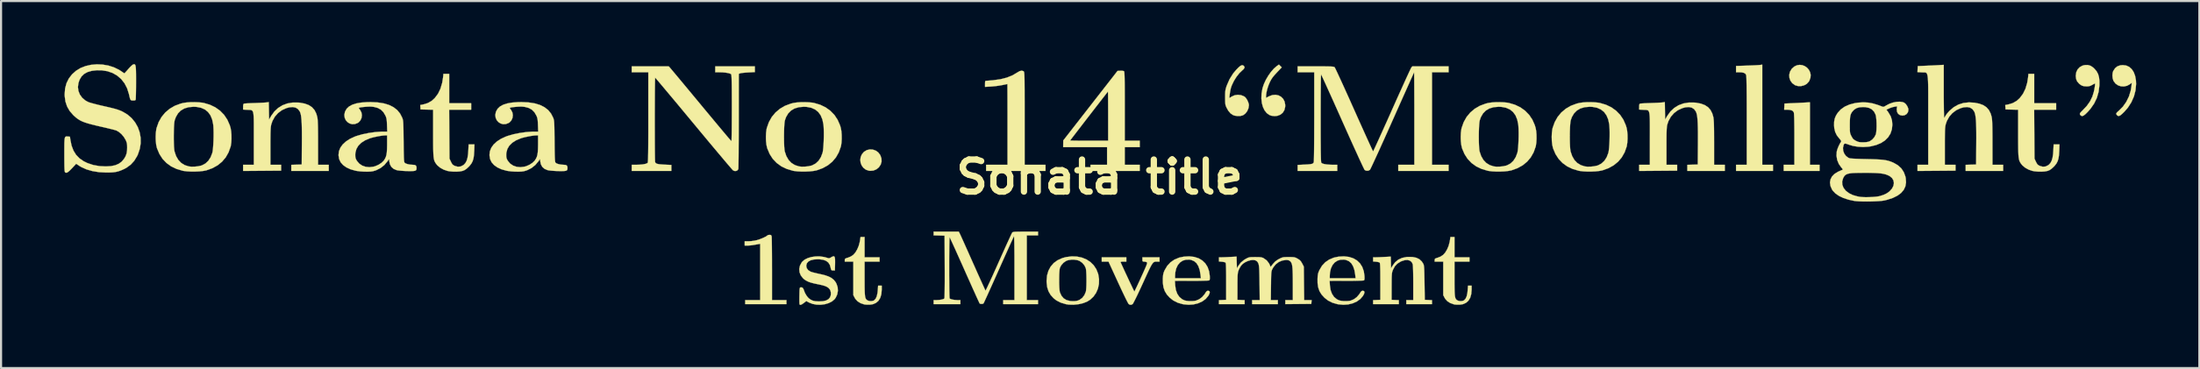
<source format=kicad_pcb>
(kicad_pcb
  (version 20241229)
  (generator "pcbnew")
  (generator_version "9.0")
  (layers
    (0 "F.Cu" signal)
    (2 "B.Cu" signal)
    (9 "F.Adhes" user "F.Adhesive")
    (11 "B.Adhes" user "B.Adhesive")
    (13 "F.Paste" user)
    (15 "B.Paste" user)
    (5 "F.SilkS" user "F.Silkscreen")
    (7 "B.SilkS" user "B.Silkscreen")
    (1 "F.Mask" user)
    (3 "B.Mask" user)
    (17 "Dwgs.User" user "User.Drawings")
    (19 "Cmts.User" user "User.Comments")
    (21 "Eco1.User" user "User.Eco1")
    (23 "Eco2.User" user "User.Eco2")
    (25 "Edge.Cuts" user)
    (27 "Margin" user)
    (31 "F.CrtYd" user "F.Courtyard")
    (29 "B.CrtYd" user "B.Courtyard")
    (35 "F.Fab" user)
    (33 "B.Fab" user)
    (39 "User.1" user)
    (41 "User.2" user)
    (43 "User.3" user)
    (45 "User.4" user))
  (footprint "Sonata title"
    (layer "F.Cu")
    (at 49.178 5.368)
    (property "Reference" "Sonata title" (at 0 0 0) (layer "F.SilkS") (effects (font (size 1.524 1.524) (thickness 0.3))))
    (attr through_hole)
    (fp_poly (pts (xy -10.774 -1.308) (xy -10.638 -1.261) (xy -10.518 -1.178) (xy -10.426 -1.059) (xy -10.414 -1.038) (xy -10.36 -0.884) (xy -10.355 -0.736) (xy -10.396 -0.596) (xy -10.482 -0.466) (xy -10.6 -0.369) (xy -10.741 -0.311) (xy -10.896 -0.297) (xy -10.963 -0.305) (xy -11.103 -0.353) (xy -11.215 -0.438) (xy -11.298 -0.548) (xy -11.349 -0.677) (xy -11.366 -0.816) (xy -11.347 -0.954) (xy -11.29 -1.085) (xy -11.193 -1.199) (xy -11.187 -1.204) (xy -11.059 -1.281) (xy -10.918 -1.315) (xy -10.774 -1.308)) (stroke (width 0.01) (type solid)) (fill yes) (layer "F.SilkS"))
    (fp_poly (pts (xy 33.383 -5.319) (xy 33.501 -5.272) (xy 33.605 -5.198) (xy 33.689 -5.102) (xy 33.747 -4.988) (xy 33.775 -4.86) (xy 33.765 -4.724) (xy 33.713 -4.582) (xy 33.681 -4.529) (xy 33.587 -4.43) (xy 33.463 -4.362) (xy 33.322 -4.326) (xy 33.176 -4.327) (xy 33.039 -4.366) (xy 33.021 -4.375) (xy 32.899 -4.466) (xy 32.813 -4.584) (xy 32.766 -4.72) (xy 32.758 -4.864) (xy 32.792 -5.007) (xy 32.87 -5.138) (xy 32.882 -5.153) (xy 33 -5.257) (xy 33.127 -5.316) (xy 33.256 -5.336) (xy 33.383 -5.319)) (stroke (width 0.01) (type solid)) (fill yes) (layer "F.SilkS"))
    (fp_poly (pts (xy 33.74 -0.585) (xy 34.197 -0.585) (xy 34.197 -0.292) (xy 32.494 -0.292) (xy 32.494 -0.585) (xy 33.002 -0.585) (xy 33.002 -1.789) (xy 33.002 -2.116) (xy 33 -2.397) (xy 32.997 -2.631) (xy 32.993 -2.816) (xy 32.987 -2.952) (xy 32.981 -3.038) (xy 32.975 -3.071) (xy 32.933 -3.137) (xy 32.857 -3.179) (xy 32.742 -3.2) (xy 32.654 -3.204) (xy 32.517 -3.204) (xy 32.524 -3.35) (xy 32.532 -3.496) (xy 32.913 -3.513) (xy 33.071 -3.52) (xy 33.232 -3.528) (xy 33.381 -3.536) (xy 33.499 -3.542) (xy 33.517 -3.543) (xy 33.74 -3.556) (xy 33.74 -0.585)) (stroke (width 0.01) (type solid)) (fill yes) (layer "F.SilkS"))
    (fp_poly (pts (xy 31.477 -0.585) (xy 31.985 -0.585) (xy 31.985 -0.292) (xy 30.231 -0.292) (xy 30.231 -0.585) (xy 30.739 -0.585) (xy 30.739 -2.679) (xy 30.739 -3.114) (xy 30.738 -3.498) (xy 30.737 -3.834) (xy 30.734 -4.12) (xy 30.732 -4.359) (xy 30.728 -4.549) (xy 30.724 -4.694) (xy 30.719 -4.791) (xy 30.714 -4.844) (xy 30.712 -4.851) (xy 30.672 -4.915) (xy 30.6 -4.957) (xy 30.491 -4.979) (xy 30.38 -4.983) (xy 30.231 -4.983) (xy 30.231 -5.282) (xy 30.746 -5.299) (xy 30.91 -5.305) (xy 31.064 -5.311) (xy 31.198 -5.318) (xy 31.301 -5.324) (xy 31.365 -5.33) (xy 31.369 -5.33) (xy 31.477 -5.345) (xy 31.477 -0.585)) (stroke (width 0.01) (type solid)) (fill yes) (layer "F.SilkS"))
    (fp_poly (pts (xy -15.617 2.752) (xy -15.588 2.782) (xy -15.576 2.825) (xy -15.573 2.865) (xy -15.571 2.951) (xy -15.568 3.077) (xy -15.566 3.241) (xy -15.564 3.436) (xy -15.562 3.657) (xy -15.561 3.901) (xy -15.561 4.162) (xy -15.56 4.376) (xy -15.56 5.848) (xy -14.874 5.848) (xy -14.874 6.039) (xy -16.832 6.039) (xy -16.832 5.848) (xy -16.12 5.848) (xy -16.12 3.172) (xy -16.202 3.186) (xy -16.362 3.214) (xy -16.482 3.234) (xy -16.575 3.246) (xy -16.65 3.252) (xy -16.72 3.254) (xy -16.724 3.254) (xy -16.857 3.254) (xy -16.857 3.051) (xy -16.67 3.051) (xy -16.546 3.044) (xy -16.405 3.025) (xy -16.292 3.002) (xy -16.184 2.97) (xy -16.069 2.927) (xy -15.959 2.88) (xy -15.865 2.834) (xy -15.799 2.794) (xy -15.777 2.772) (xy -15.743 2.754) (xy -15.681 2.746) (xy -15.676 2.746) (xy -15.617 2.752)) (stroke (width 0.01) (type solid)) (fill yes) (layer "F.SilkS"))
    (fp_poly (pts (xy 8.653 -5.215) (xy 8.421 -4.972) (xy 8.307 -4.848) (xy 8.222 -4.744) (xy 8.155 -4.645) (xy 8.098 -4.539) (xy 8.088 -4.519) (xy 8.021 -4.358) (xy 7.965 -4.187) (xy 7.926 -4.023) (xy 7.908 -3.883) (xy 7.907 -3.855) (xy 7.907 -3.766) (xy 8.05 -3.841) (xy 8.207 -3.899) (xy 8.359 -3.912) (xy 8.5 -3.883) (xy 8.622 -3.817) (xy 8.72 -3.718) (xy 8.787 -3.59) (xy 8.817 -3.437) (xy 8.815 -3.337) (xy 8.776 -3.182) (xy 8.698 -3.057) (xy 8.585 -2.966) (xy 8.442 -2.912) (xy 8.312 -2.899) (xy 8.161 -2.917) (xy 8.068 -2.951) (xy 7.94 -3.042) (xy 7.836 -3.172) (xy 7.758 -3.336) (xy 7.707 -3.527) (xy 7.685 -3.739) (xy 7.693 -3.966) (xy 7.734 -4.203) (xy 7.741 -4.233) (xy 7.806 -4.425) (xy 7.899 -4.626) (xy 8.015 -4.823) (xy 8.145 -5.005) (xy 8.281 -5.16) (xy 8.41 -5.272) (xy 8.519 -5.349) (xy 8.653 -5.215)) (stroke (width 0.01) (type solid)) (fill yes) (layer "F.SilkS"))
    (fp_poly (pts (xy 48.764 -5.303) (xy 48.906 -5.238) (xy 49.026 -5.131) (xy 49.12 -4.987) (xy 49.187 -4.807) (xy 49.225 -4.596) (xy 49.232 -4.424) (xy 49.205 -4.125) (xy 49.13 -3.835) (xy 49.008 -3.559) (xy 48.843 -3.302) (xy 48.675 -3.108) (xy 48.57 -3.006) (xy 48.491 -2.94) (xy 48.43 -2.907) (xy 48.382 -2.905) (xy 48.34 -2.93) (xy 48.325 -2.945) (xy 48.294 -2.987) (xy 48.289 -3.024) (xy 48.316 -3.067) (xy 48.378 -3.126) (xy 48.411 -3.154) (xy 48.606 -3.349) (xy 48.767 -3.578) (xy 48.893 -3.835) (xy 48.977 -4.11) (xy 49.011 -4.32) (xy 49.028 -4.483) (xy 48.942 -4.418) (xy 48.806 -4.342) (xy 48.66 -4.309) (xy 48.515 -4.315) (xy 48.378 -4.36) (xy 48.26 -4.44) (xy 48.17 -4.554) (xy 48.153 -4.588) (xy 48.118 -4.704) (xy 48.107 -4.834) (xy 48.119 -4.959) (xy 48.146 -5.042) (xy 48.234 -5.176) (xy 48.344 -5.265) (xy 48.48 -5.313) (xy 48.601 -5.324) (xy 48.764 -5.303)) (stroke (width 0.01) (type solid)) (fill yes) (layer "F.SilkS"))
    (fp_poly (pts (xy 47.067 -5.292) (xy 47.191 -5.211) (xy 47.258 -5.148) (xy 47.357 -5.029) (xy 47.427 -4.899) (xy 47.47 -4.749) (xy 47.49 -4.571) (xy 47.489 -4.365) (xy 47.452 -4.056) (xy 47.369 -3.766) (xy 47.238 -3.494) (xy 47.06 -3.239) (xy 46.933 -3.097) (xy 46.831 -2.996) (xy 46.752 -2.933) (xy 46.692 -2.903) (xy 46.642 -2.905) (xy 46.598 -2.935) (xy 46.594 -2.938) (xy 46.564 -2.977) (xy 46.56 -3.015) (xy 46.586 -3.062) (xy 46.646 -3.127) (xy 46.693 -3.173) (xy 46.893 -3.386) (xy 47.047 -3.604) (xy 47.158 -3.834) (xy 47.222 -4.043) (xy 47.247 -4.158) (xy 47.266 -4.267) (xy 47.279 -4.359) (xy 47.283 -4.423) (xy 47.277 -4.449) (xy 47.276 -4.449) (xy 47.248 -4.438) (xy 47.191 -4.407) (xy 47.143 -4.38) (xy 47.055 -4.336) (xy 46.969 -4.315) (xy 46.872 -4.312) (xy 46.744 -4.322) (xy 46.645 -4.355) (xy 46.552 -4.418) (xy 46.52 -4.446) (xy 46.433 -4.548) (xy 46.384 -4.662) (xy 46.367 -4.804) (xy 46.367 -4.819) (xy 46.389 -4.98) (xy 46.453 -5.118) (xy 46.555 -5.226) (xy 46.689 -5.299) (xy 46.795 -5.325) (xy 46.939 -5.329) (xy 47.067 -5.292)) (stroke (width 0.01) (type solid)) (fill yes) (layer "F.SilkS"))
    (fp_poly (pts (xy -11.162 3.814) (xy -10.45 3.814) (xy -10.45 4.017) (xy -11.162 4.017) (xy -11.162 4.832) (xy -11.161 5.076) (xy -11.16 5.274) (xy -11.156 5.433) (xy -11.15 5.556) (xy -11.141 5.65) (xy -11.128 5.72) (xy -11.11 5.771) (xy -11.087 5.808) (xy -11.058 5.837) (xy -11.032 5.857) (xy -10.952 5.889) (xy -10.852 5.897) (xy -10.756 5.881) (xy -10.709 5.859) (xy -10.636 5.782) (xy -10.583 5.665) (xy -10.548 5.506) (xy -10.536 5.393) (xy -10.519 5.161) (xy -10.348 5.161) (xy -10.348 5.348) (xy -10.365 5.562) (xy -10.417 5.739) (xy -10.502 5.879) (xy -10.62 5.98) (xy -10.77 6.044) (xy -10.919 6.066) (xy -11.026 6.066) (xy -11.132 6.059) (xy -11.184 6.051) (xy -11.353 5.994) (xy -11.495 5.905) (xy -11.601 5.789) (xy -11.626 5.747) (xy -11.696 5.613) (xy -11.696 4.017) (xy -12.103 4.017) (xy -12.103 3.945) (xy -12.098 3.904) (xy -12.077 3.876) (xy -12.028 3.854) (xy -11.956 3.832) (xy -11.819 3.777) (xy -11.703 3.7) (xy -11.603 3.589) (xy -11.514 3.441) (xy -11.441 3.269) (xy -11.392 3.086) (xy -11.385 3.045) (xy -11.354 2.848) (xy -11.162 2.848) (xy -11.162 3.814)) (stroke (width 0.01) (type solid)) (fill yes) (layer "F.SilkS"))
    (fp_poly (pts (xy 16.857 3.814) (xy 17.569 3.814) (xy 17.569 4.017) (xy 16.857 4.017) (xy 16.857 4.832) (xy 16.857 5.076) (xy 16.859 5.274) (xy 16.863 5.433) (xy 16.869 5.556) (xy 16.878 5.65) (xy 16.891 5.72) (xy 16.909 5.771) (xy 16.932 5.808) (xy 16.961 5.837) (xy 16.987 5.857) (xy 17.067 5.889) (xy 17.167 5.897) (xy 17.262 5.881) (xy 17.309 5.859) (xy 17.383 5.782) (xy 17.436 5.665) (xy 17.471 5.506) (xy 17.482 5.393) (xy 17.5 5.161) (xy 17.671 5.161) (xy 17.671 5.348) (xy 17.653 5.562) (xy 17.602 5.739) (xy 17.517 5.879) (xy 17.399 5.98) (xy 17.249 6.044) (xy 17.099 6.066) (xy 16.993 6.066) (xy 16.887 6.059) (xy 16.835 6.051) (xy 16.666 5.994) (xy 16.524 5.905) (xy 16.418 5.789) (xy 16.393 5.747) (xy 16.323 5.613) (xy 16.323 4.017) (xy 15.916 4.017) (xy 15.916 3.945) (xy 15.921 3.904) (xy 15.942 3.876) (xy 15.991 3.854) (xy 16.063 3.832) (xy 16.2 3.777) (xy 16.316 3.7) (xy 16.416 3.589) (xy 16.505 3.441) (xy 16.578 3.269) (xy 16.627 3.086) (xy 16.634 3.045) (xy 16.665 2.848) (xy 16.857 2.848) (xy 16.857 3.814)) (stroke (width 0.01) (type solid)) (fill yes) (layer "F.SilkS"))
    (fp_poly (pts (xy -3.622 -5.038) (xy -3.6 -5.02) (xy -3.592 -5.009) (xy -3.586 -4.989) (xy -3.581 -4.956) (xy -3.576 -4.908) (xy -3.572 -4.842) (xy -3.569 -4.754) (xy -3.566 -4.641) (xy -3.564 -4.501) (xy -3.563 -4.329) (xy -3.561 -4.122) (xy -3.561 -3.879) (xy -3.56 -3.595) (xy -3.56 -3.267) (xy -3.56 -2.892) (xy -3.56 -2.782) (xy -3.56 -0.585) (xy -2.568 -0.585) (xy -2.568 -0.292) (xy -5.39 -0.292) (xy -5.39 -0.585) (xy -4.373 -0.585) (xy -4.373 -2.504) (xy -4.373 -2.812) (xy -4.373 -3.104) (xy -4.374 -3.377) (xy -4.374 -3.627) (xy -4.375 -3.85) (xy -4.376 -4.042) (xy -4.377 -4.2) (xy -4.377 -4.318) (xy -4.378 -4.394) (xy -4.379 -4.423) (xy -4.38 -4.424) (xy -4.405 -4.419) (xy -4.47 -4.405) (xy -4.562 -4.386) (xy -4.627 -4.373) (xy -4.762 -4.349) (xy -4.922 -4.327) (xy -5.082 -4.311) (xy -5.155 -4.305) (xy -5.441 -4.289) (xy -5.441 -4.433) (xy -5.439 -4.516) (xy -5.429 -4.56) (xy -5.408 -4.576) (xy -5.397 -4.577) (xy -5.354 -4.579) (xy -5.273 -4.585) (xy -5.166 -4.594) (xy -5.062 -4.603) (xy -4.714 -4.651) (xy -4.404 -4.729) (xy -4.133 -4.839) (xy -3.912 -4.97) (xy -3.799 -5.036) (xy -3.7 -5.059) (xy -3.622 -5.038)) (stroke (width 0.01) (type solid)) (fill yes) (layer "F.SilkS"))
    (fp_poly (pts (xy 6.836 -5.298) (xy 6.882 -5.246) (xy 6.88 -5.187) (xy 6.83 -5.119) (xy 6.785 -5.08) (xy 6.639 -4.94) (xy 6.5 -4.763) (xy 6.376 -4.564) (xy 6.279 -4.359) (xy 6.238 -4.24) (xy 6.221 -4.171) (xy 6.204 -4.081) (xy 6.188 -3.984) (xy 6.176 -3.891) (xy 6.168 -3.816) (xy 6.168 -3.77) (xy 6.171 -3.763) (xy 6.195 -3.776) (xy 6.247 -3.808) (xy 6.278 -3.828) (xy 6.412 -3.889) (xy 6.563 -3.912) (xy 6.714 -3.896) (xy 6.852 -3.843) (xy 6.905 -3.808) (xy 6.965 -3.741) (xy 7.023 -3.644) (xy 7.068 -3.537) (xy 7.092 -3.441) (xy 7.093 -3.42) (xy 7.072 -3.275) (xy 7.015 -3.139) (xy 6.928 -3.024) (xy 6.82 -2.944) (xy 6.796 -2.933) (xy 6.683 -2.905) (xy 6.55 -2.902) (xy 6.418 -2.921) (xy 6.343 -2.946) (xy 6.221 -3.027) (xy 6.114 -3.153) (xy 6.029 -3.305) (xy 6.002 -3.366) (xy 5.983 -3.423) (xy 5.972 -3.486) (xy 5.966 -3.568) (xy 5.964 -3.68) (xy 5.963 -3.788) (xy 5.964 -3.932) (xy 5.968 -4.039) (xy 5.977 -4.124) (xy 5.993 -4.201) (xy 6.018 -4.283) (xy 6.042 -4.354) (xy 6.175 -4.657) (xy 6.346 -4.929) (xy 6.49 -5.1) (xy 6.595 -5.208) (xy 6.676 -5.277) (xy 6.74 -5.313) (xy 6.792 -5.318) (xy 6.836 -5.298)) (stroke (width 0.01) (type solid)) (fill yes) (layer "F.SilkS"))
    (fp_poly (pts (xy -30.892 -3.509) (xy -29.849 -3.509) (xy -29.849 -3.204) (xy -30.894 -3.204) (xy -30.887 -2.04) (xy -30.879 -0.877) (xy -30.81 -0.73) (xy -30.765 -0.643) (xy -30.72 -0.588) (xy -30.662 -0.549) (xy -30.623 -0.53) (xy -30.483 -0.492) (xy -30.349 -0.504) (xy -30.224 -0.567) (xy -30.199 -0.586) (xy -30.122 -0.669) (xy -30.063 -0.778) (xy -30.022 -0.918) (xy -29.995 -1.098) (xy -29.984 -1.251) (xy -29.969 -1.551) (xy -29.691 -1.551) (xy -29.703 -1.239) (xy -29.716 -1.042) (xy -29.74 -0.884) (xy -29.779 -0.755) (xy -29.838 -0.643) (xy -29.919 -0.539) (xy -29.977 -0.479) (xy -30.077 -0.388) (xy -30.167 -0.33) (xy -30.258 -0.294) (xy -30.386 -0.269) (xy -30.544 -0.258) (xy -30.716 -0.261) (xy -30.881 -0.276) (xy -30.984 -0.296) (xy -31.156 -0.355) (xy -31.316 -0.443) (xy -31.447 -0.551) (xy -31.494 -0.605) (xy -31.53 -0.654) (xy -31.561 -0.702) (xy -31.586 -0.752) (xy -31.606 -0.81) (xy -31.622 -0.881) (xy -31.634 -0.969) (xy -31.642 -1.08) (xy -31.648 -1.218) (xy -31.652 -1.389) (xy -31.654 -1.596) (xy -31.655 -1.845) (xy -31.655 -2.089) (xy -31.655 -3.202) (xy -31.953 -3.209) (xy -32.252 -3.216) (xy -32.26 -3.321) (xy -32.267 -3.425) (xy -32.118 -3.455) (xy -31.905 -3.52) (xy -31.72 -3.627) (xy -31.578 -3.756) (xy -31.424 -3.961) (xy -31.307 -4.203) (xy -31.225 -4.481) (xy -31.184 -4.735) (xy -31.166 -4.907) (xy -30.892 -4.907) (xy -30.892 -3.509)) (stroke (width 0.01) (type solid)) (fill yes) (layer "F.SilkS"))
    (fp_poly (pts (xy 44.393 -3.509) (xy 45.435 -3.509) (xy 45.435 -3.204) (xy 44.39 -3.204) (xy 44.398 -2.04) (xy 44.406 -0.877) (xy 44.474 -0.73) (xy 44.52 -0.643) (xy 44.564 -0.588) (xy 44.623 -0.549) (xy 44.662 -0.53) (xy 44.802 -0.492) (xy 44.935 -0.504) (xy 45.06 -0.567) (xy 45.086 -0.586) (xy 45.163 -0.669) (xy 45.221 -0.778) (xy 45.263 -0.918) (xy 45.29 -1.098) (xy 45.301 -1.251) (xy 45.316 -1.551) (xy 45.594 -1.551) (xy 45.582 -1.239) (xy 45.569 -1.042) (xy 45.545 -0.884) (xy 45.506 -0.755) (xy 45.447 -0.643) (xy 45.366 -0.539) (xy 45.308 -0.479) (xy 45.207 -0.388) (xy 45.118 -0.33) (xy 45.027 -0.294) (xy 44.899 -0.269) (xy 44.74 -0.258) (xy 44.569 -0.261) (xy 44.404 -0.276) (xy 44.301 -0.296) (xy 44.128 -0.355) (xy 43.969 -0.443) (xy 43.837 -0.551) (xy 43.791 -0.605) (xy 43.754 -0.654) (xy 43.724 -0.702) (xy 43.699 -0.752) (xy 43.679 -0.81) (xy 43.663 -0.881) (xy 43.651 -0.969) (xy 43.642 -1.08) (xy 43.637 -1.218) (xy 43.633 -1.389) (xy 43.631 -1.596) (xy 43.63 -1.845) (xy 43.63 -2.089) (xy 43.63 -3.202) (xy 43.331 -3.209) (xy 43.033 -3.216) (xy 43.025 -3.321) (xy 43.017 -3.425) (xy 43.167 -3.455) (xy 43.38 -3.52) (xy 43.565 -3.627) (xy 43.707 -3.756) (xy 43.86 -3.961) (xy 43.978 -4.203) (xy 44.06 -4.481) (xy 44.101 -4.735) (xy 44.119 -4.907) (xy 44.393 -4.907) (xy 44.393 -3.509)) (stroke (width 0.01) (type solid)) (fill yes) (layer "F.SilkS"))
    (fp_poly (pts (xy 1.076 -5.054) (xy 1.141 -5.042) (xy 1.159 -5.033) (xy 1.166 -5.02) (xy 1.173 -4.994) (xy 1.178 -4.949) (xy 1.182 -4.884) (xy 1.186 -4.794) (xy 1.189 -4.676) (xy 1.191 -4.527) (xy 1.193 -4.343) (xy 1.194 -4.119) (xy 1.195 -3.854) (xy 1.195 -3.544) (xy 1.195 -3.366) (xy 1.195 -1.729) (xy 1.907 -1.729) (xy 1.907 -1.424) (xy 1.195 -1.424) (xy 1.195 -0.585) (xy 1.907 -0.585) (xy 1.907 -0.292) (xy -0.432 -0.292) (xy -0.432 -0.585) (xy 0.356 -0.585) (xy 0.356 -1.424) (xy -1.729 -1.424) (xy -1.727 -1.583) (xy -1.724 -1.741) (xy -1.398 -1.741) (xy -1.374 -1.738) (xy -1.304 -1.735) (xy -1.195 -1.733) (xy -1.053 -1.731) (xy -0.882 -1.73) (xy -0.689 -1.729) (xy -0.496 -1.729) (xy 0.407 -1.729) (xy 0.407 -2.903) (xy 0.407 -3.141) (xy 0.406 -3.363) (xy 0.405 -3.563) (xy 0.404 -3.736) (xy 0.403 -3.878) (xy 0.401 -3.984) (xy 0.399 -4.048) (xy 0.397 -4.066) (xy 0.375 -4.038) (xy 0.325 -3.975) (xy 0.252 -3.881) (xy 0.158 -3.761) (xy 0.048 -3.619) (xy -0.076 -3.459) (xy -0.21 -3.286) (xy -0.351 -3.104) (xy -0.495 -2.917) (xy -0.64 -2.73) (xy -0.781 -2.547) (xy -0.915 -2.372) (xy -1.04 -2.21) (xy -1.151 -2.066) (xy -1.246 -1.942) (xy -1.321 -1.844) (xy -1.372 -1.777) (xy -1.397 -1.743) (xy -1.398 -1.741) (xy -1.724 -1.741) (xy -1.724 -1.742) (xy -0.436 -3.394) (xy 0.852 -5.047) (xy 0.987 -5.055) (xy 1.076 -5.054)) (stroke (width 0.01) (type solid)) (fill yes) (layer "F.SilkS"))
    (fp_poly (pts (xy 1.271 4.017) (xy 1.129 4.017) (xy 1.054 4.021) (xy 1.006 4.03) (xy 0.996 4.039) (xy 1.016 4.087) (xy 1.053 4.17) (xy 1.104 4.281) (xy 1.164 4.414) (xy 1.232 4.561) (xy 1.305 4.715) (xy 1.377 4.871) (xy 1.448 5.021) (xy 1.513 5.157) (xy 1.569 5.275) (xy 1.613 5.365) (xy 1.641 5.423) (xy 1.652 5.441) (xy 1.665 5.418) (xy 1.697 5.355) (xy 1.744 5.258) (xy 1.804 5.131) (xy 1.874 4.98) (xy 1.952 4.812) (xy 1.975 4.761) (xy 2.065 4.564) (xy 2.134 4.408) (xy 2.186 4.288) (xy 2.223 4.2) (xy 2.245 4.137) (xy 2.255 4.095) (xy 2.256 4.068) (xy 2.248 4.053) (xy 2.244 4.049) (xy 2.19 4.027) (xy 2.118 4.017) (xy 2.064 4.014) (xy 2.04 3.994) (xy 2.034 3.943) (xy 2.034 3.916) (xy 2.034 3.814) (xy 2.848 3.814) (xy 2.848 4.017) (xy 2.734 4.017) (xy 2.684 4.017) (xy 2.642 4.02) (xy 2.604 4.03) (xy 2.568 4.05) (xy 2.532 4.085) (xy 2.492 4.139) (xy 2.446 4.216) (xy 2.392 4.32) (xy 2.327 4.454) (xy 2.248 4.623) (xy 2.153 4.831) (xy 2.058 5.039) (xy 1.954 5.265) (xy 1.858 5.47) (xy 1.772 5.651) (xy 1.697 5.802) (xy 1.637 5.92) (xy 1.594 6) (xy 1.568 6.039) (xy 1.566 6.041) (xy 1.487 6.074) (xy 1.414 6.057) (xy 1.38 6.032) (xy 1.359 6) (xy 1.319 5.927) (xy 1.263 5.817) (xy 1.194 5.676) (xy 1.114 5.51) (xy 1.025 5.322) (xy 0.93 5.117) (xy 0.877 5.002) (xy 0.424 4.017) (xy 0.102 4.017) (xy 0.102 3.814) (xy 1.271 3.814) (xy 1.271 4.017)) (stroke (width 0.01) (type solid)) (fill yes) (layer "F.SilkS"))
    (fp_poly (pts (xy -1.076 3.778) (xy -0.84 3.827) (xy -0.625 3.914) (xy -0.437 4.036) (xy -0.279 4.192) (xy -0.155 4.38) (xy -0.07 4.596) (xy -0.064 4.616) (xy -0.026 4.852) (xy -0.032 5.082) (xy -0.079 5.302) (xy -0.166 5.503) (xy -0.29 5.681) (xy -0.448 5.829) (xy -0.598 5.922) (xy -0.788 5.995) (xy -1.006 6.044) (xy -1.235 6.067) (xy -1.46 6.062) (xy -1.602 6.041) (xy -1.842 5.969) (xy -2.047 5.865) (xy -2.185 5.758) (xy -2.326 5.601) (xy -2.426 5.43) (xy -2.488 5.236) (xy -2.515 5.012) (xy -2.517 4.942) (xy -1.921 4.942) (xy -1.919 5.102) (xy -1.913 5.248) (xy -1.904 5.369) (xy -1.891 5.456) (xy -1.885 5.479) (xy -1.809 5.643) (xy -1.704 5.765) (xy -1.569 5.847) (xy -1.401 5.891) (xy -1.271 5.899) (xy -1.152 5.895) (xy -1.061 5.879) (xy -0.978 5.848) (xy -0.952 5.836) (xy -0.825 5.745) (xy -0.724 5.615) (xy -0.654 5.454) (xy -0.642 5.383) (xy -0.632 5.273) (xy -0.626 5.135) (xy -0.623 4.979) (xy -0.623 4.817) (xy -0.626 4.66) (xy -0.633 4.52) (xy -0.642 4.407) (xy -0.655 4.332) (xy -0.656 4.328) (xy -0.72 4.196) (xy -0.822 4.077) (xy -0.949 3.985) (xy -0.951 3.984) (xy -1.062 3.946) (xy -1.2 3.927) (xy -1.348 3.927) (xy -1.486 3.947) (xy -1.591 3.984) (xy -1.717 4.074) (xy -1.821 4.191) (xy -1.885 4.314) (xy -1.899 4.381) (xy -1.909 4.488) (xy -1.917 4.624) (xy -1.92 4.779) (xy -1.921 4.942) (xy -2.517 4.942) (xy -2.517 4.927) (xy -2.495 4.676) (xy -2.429 4.45) (xy -2.323 4.253) (xy -2.177 4.085) (xy -1.993 3.951) (xy -1.773 3.852) (xy -1.595 3.803) (xy -1.329 3.769) (xy -1.076 3.778)) (stroke (width 0.01) (type solid)) (fill yes) (layer "F.SilkS"))
    (fp_poly (pts (xy 13.837 4.058) (xy 13.844 4.335) (xy 13.913 4.218) (xy 14.036 4.051) (xy 14.187 3.926) (xy 14.366 3.843) (xy 14.576 3.799) (xy 14.648 3.794) (xy 14.865 3.798) (xy 15.045 3.835) (xy 15.191 3.905) (xy 15.304 4.011) (xy 15.364 4.103) (xy 15.38 4.134) (xy 15.393 4.167) (xy 15.402 4.208) (xy 15.41 4.262) (xy 15.416 4.336) (xy 15.421 4.435) (xy 15.425 4.565) (xy 15.428 4.733) (xy 15.432 4.943) (xy 15.433 5.022) (xy 15.446 5.835) (xy 15.618 5.843) (xy 15.789 5.85) (xy 15.789 6.039) (xy 14.569 6.039) (xy 14.569 5.848) (xy 14.899 5.848) (xy 14.899 5.041) (xy 14.898 4.817) (xy 14.896 4.615) (xy 14.892 4.441) (xy 14.887 4.3) (xy 14.881 4.199) (xy 14.874 4.142) (xy 14.873 4.139) (xy 14.822 4.037) (xy 14.739 3.97) (xy 14.628 3.94) (xy 14.496 3.948) (xy 14.346 3.995) (xy 14.294 4.019) (xy 14.141 4.116) (xy 14.025 4.24) (xy 13.938 4.4) (xy 13.928 4.424) (xy 13.911 4.471) (xy 13.897 4.518) (xy 13.887 4.572) (xy 13.881 4.641) (xy 13.876 4.732) (xy 13.873 4.853) (xy 13.872 5.01) (xy 13.871 5.199) (xy 13.87 5.835) (xy 14.041 5.843) (xy 14.213 5.85) (xy 14.213 6.039) (xy 12.992 6.039) (xy 12.992 5.85) (xy 13.336 5.835) (xy 13.336 4.966) (xy 13.335 4.714) (xy 13.334 4.509) (xy 13.331 4.348) (xy 13.327 4.227) (xy 13.321 4.142) (xy 13.314 4.089) (xy 13.305 4.065) (xy 13.305 4.065) (xy 13.263 4.046) (xy 13.19 4.03) (xy 13.133 4.023) (xy 12.992 4.011) (xy 12.992 3.814) (xy 13.103 3.814) (xy 13.173 3.812) (xy 13.278 3.809) (xy 13.404 3.803) (xy 13.521 3.797) (xy 13.83 3.781) (xy 13.837 4.058)) (stroke (width 0.01) (type solid)) (fill yes) (layer "F.SilkS"))
    (fp_poly (pts (xy 4.493 3.794) (xy 4.699 3.859) (xy 4.876 3.962) (xy 5.02 4.1) (xy 5.129 4.272) (xy 5.201 4.477) (xy 5.232 4.687) (xy 5.236 4.796) (xy 5.232 4.864) (xy 5.219 4.9) (xy 5.209 4.909) (xy 5.176 4.915) (xy 5.098 4.92) (xy 4.983 4.924) (xy 4.835 4.928) (xy 4.663 4.931) (xy 4.472 4.932) (xy 4.376 4.932) (xy 3.578 4.933) (xy 3.591 5.148) (xy 3.623 5.366) (xy 3.69 5.549) (xy 3.789 5.697) (xy 3.92 5.807) (xy 4.036 5.862) (xy 4.13 5.883) (xy 4.254 5.895) (xy 4.387 5.896) (xy 4.51 5.886) (xy 4.581 5.872) (xy 4.729 5.809) (xy 4.867 5.707) (xy 4.979 5.579) (xy 5.003 5.543) (xy 5.054 5.463) (xy 5.095 5.42) (xy 5.136 5.404) (xy 5.156 5.403) (xy 5.213 5.42) (xy 5.234 5.468) (xy 5.218 5.544) (xy 5.165 5.643) (xy 5.161 5.65) (xy 5.034 5.797) (xy 4.871 5.914) (xy 4.678 6) (xy 4.462 6.053) (xy 4.23 6.069) (xy 3.987 6.047) (xy 3.953 6.041) (xy 3.714 5.973) (xy 3.5 5.865) (xy 3.338 5.738) (xy 3.197 5.584) (xy 3.098 5.422) (xy 3.035 5.241) (xy 3.006 5.035) (xy 3.004 4.847) (xy 3.011 4.718) (xy 3.014 4.692) (xy 3.585 4.692) (xy 3.585 4.805) (xy 4.812 4.805) (xy 4.795 4.646) (xy 4.756 4.419) (xy 4.693 4.236) (xy 4.606 4.095) (xy 4.493 3.997) (xy 4.354 3.938) (xy 4.276 3.924) (xy 4.103 3.926) (xy 3.949 3.972) (xy 3.818 4.06) (xy 3.714 4.185) (xy 3.638 4.345) (xy 3.595 4.536) (xy 3.585 4.692) (xy 3.014 4.692) (xy 3.023 4.623) (xy 3.043 4.544) (xy 3.075 4.462) (xy 3.095 4.418) (xy 3.217 4.214) (xy 3.373 4.047) (xy 3.562 3.918) (xy 3.783 3.828) (xy 3.998 3.783) (xy 4.258 3.768) (xy 4.493 3.794)) (stroke (width 0.01) (type solid)) (fill yes) (layer "F.SilkS"))
    (fp_poly (pts (xy 11.841 3.794) (xy 12.047 3.859) (xy 12.224 3.962) (xy 12.368 4.1) (xy 12.477 4.272) (xy 12.549 4.477) (xy 12.58 4.687) (xy 12.584 4.796) (xy 12.58 4.864) (xy 12.567 4.9) (xy 12.557 4.909) (xy 12.524 4.915) (xy 12.446 4.92) (xy 12.33 4.924) (xy 12.183 4.928) (xy 12.011 4.931) (xy 11.82 4.932) (xy 11.724 4.932) (xy 10.926 4.933) (xy 10.939 5.148) (xy 10.971 5.366) (xy 11.038 5.549) (xy 11.137 5.697) (xy 11.268 5.807) (xy 11.384 5.862) (xy 11.478 5.883) (xy 11.602 5.895) (xy 11.735 5.896) (xy 11.858 5.886) (xy 11.929 5.872) (xy 12.077 5.809) (xy 12.215 5.707) (xy 12.327 5.579) (xy 12.351 5.543) (xy 12.402 5.463) (xy 12.443 5.42) (xy 12.484 5.404) (xy 12.504 5.403) (xy 12.561 5.42) (xy 12.581 5.468) (xy 12.566 5.544) (xy 12.513 5.643) (xy 12.509 5.65) (xy 12.382 5.797) (xy 12.219 5.914) (xy 12.026 6) (xy 11.81 6.053) (xy 11.578 6.069) (xy 11.335 6.047) (xy 11.301 6.041) (xy 11.061 5.973) (xy 10.848 5.865) (xy 10.686 5.738) (xy 10.545 5.584) (xy 10.445 5.422) (xy 10.383 5.241) (xy 10.354 5.035) (xy 10.352 4.847) (xy 10.359 4.718) (xy 10.362 4.692) (xy 10.933 4.692) (xy 10.933 4.805) (xy 12.16 4.805) (xy 12.143 4.646) (xy 12.104 4.419) (xy 12.041 4.236) (xy 11.954 4.095) (xy 11.841 3.997) (xy 11.702 3.938) (xy 11.624 3.924) (xy 11.45 3.926) (xy 11.297 3.972) (xy 11.166 4.06) (xy 11.062 4.185) (xy 10.986 4.345) (xy 10.943 4.536) (xy 10.933 4.692) (xy 10.362 4.692) (xy 10.371 4.623) (xy 10.391 4.544) (xy 10.423 4.462) (xy 10.443 4.418) (xy 10.565 4.214) (xy 10.721 4.047) (xy 10.91 3.918) (xy 11.131 3.828) (xy 11.346 3.783) (xy 11.606 3.768) (xy 11.841 3.794)) (stroke (width 0.01) (type solid)) (fill yes) (layer "F.SilkS"))
    (fp_poly (pts (xy 26.855 -3.15) (xy 26.862 -2.735) (xy 26.963 -2.909) (xy 27.113 -3.117) (xy 27.293 -3.286) (xy 27.501 -3.415) (xy 27.735 -3.501) (xy 27.99 -3.544) (xy 28.263 -3.542) (xy 28.324 -3.536) (xy 28.557 -3.493) (xy 28.748 -3.422) (xy 28.901 -3.322) (xy 29.018 -3.19) (xy 29.102 -3.024) (xy 29.151 -2.857) (xy 29.16 -2.799) (xy 29.168 -2.725) (xy 29.175 -2.629) (xy 29.18 -2.506) (xy 29.183 -2.352) (xy 29.186 -2.162) (xy 29.187 -1.931) (xy 29.188 -1.654) (xy 29.188 -1.634) (xy 29.188 -0.585) (xy 29.697 -0.585) (xy 29.697 -0.292) (xy 27.917 -0.292) (xy 27.917 -0.583) (xy 28.413 -0.597) (xy 28.42 -1.538) (xy 28.421 -1.858) (xy 28.421 -2.132) (xy 28.417 -2.363) (xy 28.411 -2.556) (xy 28.402 -2.715) (xy 28.39 -2.845) (xy 28.374 -2.949) (xy 28.354 -3.032) (xy 28.33 -3.098) (xy 28.319 -3.121) (xy 28.237 -3.232) (xy 28.126 -3.302) (xy 27.987 -3.33) (xy 27.821 -3.316) (xy 27.683 -3.278) (xy 27.47 -3.181) (xy 27.286 -3.043) (xy 27.135 -2.871) (xy 27.023 -2.668) (xy 26.966 -2.501) (xy 26.954 -2.448) (xy 26.945 -2.384) (xy 26.938 -2.302) (xy 26.933 -2.197) (xy 26.929 -2.063) (xy 26.927 -1.894) (xy 26.926 -1.686) (xy 26.926 -1.465) (xy 26.926 -0.585) (xy 27.434 -0.585) (xy 27.434 -0.306) (xy 26.531 -0.299) (xy 25.629 -0.292) (xy 25.629 -0.585) (xy 26.137 -0.585) (xy 26.137 -1.828) (xy 26.138 -2.125) (xy 26.138 -2.376) (xy 26.137 -2.583) (xy 26.135 -2.752) (xy 26.129 -2.887) (xy 26.12 -2.99) (xy 26.107 -3.067) (xy 26.088 -3.122) (xy 26.063 -3.158) (xy 26.031 -3.179) (xy 25.991 -3.19) (xy 25.942 -3.194) (xy 25.883 -3.196) (xy 25.836 -3.198) (xy 25.629 -3.21) (xy 25.629 -3.345) (xy 25.633 -3.428) (xy 25.646 -3.473) (xy 25.673 -3.492) (xy 25.673 -3.492) (xy 25.712 -3.497) (xy 25.793 -3.503) (xy 25.906 -3.509) (xy 26.044 -3.515) (xy 26.188 -3.52) (xy 26.345 -3.526) (xy 26.49 -3.532) (xy 26.614 -3.539) (xy 26.706 -3.545) (xy 26.753 -3.55) (xy 26.848 -3.564) (xy 26.855 -3.15)) (stroke (width 0.01) (type solid)) (fill yes) (layer "F.SilkS"))
    (fp_poly (pts (xy -39.455 -3.15) (xy -39.448 -2.735) (xy -39.346 -2.909) (xy -39.197 -3.117) (xy -39.016 -3.286) (xy -38.808 -3.415) (xy -38.575 -3.501) (xy -38.32 -3.544) (xy -38.046 -3.542) (xy -37.986 -3.536) (xy -37.753 -3.493) (xy -37.562 -3.422) (xy -37.409 -3.322) (xy -37.292 -3.19) (xy -37.207 -3.024) (xy -37.159 -2.857) (xy -37.149 -2.799) (xy -37.141 -2.725) (xy -37.135 -2.629) (xy -37.13 -2.506) (xy -37.126 -2.352) (xy -37.124 -2.162) (xy -37.122 -1.931) (xy -37.122 -1.654) (xy -37.122 -1.634) (xy -37.121 -0.585) (xy -36.613 -0.585) (xy -36.613 -0.292) (xy -38.392 -0.292) (xy -38.392 -0.583) (xy -38.144 -0.59) (xy -37.897 -0.597) (xy -37.89 -1.538) (xy -37.888 -1.858) (xy -37.889 -2.132) (xy -37.892 -2.363) (xy -37.898 -2.556) (xy -37.907 -2.715) (xy -37.92 -2.845) (xy -37.935 -2.949) (xy -37.955 -3.032) (xy -37.979 -3.098) (xy -37.99 -3.121) (xy -38.073 -3.232) (xy -38.184 -3.302) (xy -38.323 -3.33) (xy -38.488 -3.316) (xy -38.626 -3.278) (xy -38.839 -3.181) (xy -39.023 -3.043) (xy -39.174 -2.871) (xy -39.287 -2.668) (xy -39.344 -2.501) (xy -39.355 -2.448) (xy -39.364 -2.384) (xy -39.371 -2.302) (xy -39.376 -2.197) (xy -39.38 -2.063) (xy -39.382 -1.894) (xy -39.384 -1.686) (xy -39.384 -1.465) (xy -39.384 -0.585) (xy -38.875 -0.585) (xy -38.875 -0.306) (xy -39.778 -0.299) (xy -40.681 -0.292) (xy -40.681 -0.439) (xy -40.681 -0.585) (xy -40.172 -0.585) (xy -40.172 -1.828) (xy -40.172 -2.125) (xy -40.172 -2.376) (xy -40.172 -2.583) (xy -40.175 -2.752) (xy -40.18 -2.887) (xy -40.189 -2.99) (xy -40.202 -3.067) (xy -40.221 -3.122) (xy -40.246 -3.158) (xy -40.278 -3.179) (xy -40.318 -3.19) (xy -40.367 -3.194) (xy -40.426 -3.196) (xy -40.473 -3.198) (xy -40.681 -3.21) (xy -40.681 -3.345) (xy -40.677 -3.428) (xy -40.663 -3.473) (xy -40.636 -3.492) (xy -40.636 -3.492) (xy -40.597 -3.497) (xy -40.517 -3.503) (xy -40.403 -3.509) (xy -40.265 -3.515) (xy -40.121 -3.52) (xy -39.965 -3.526) (xy -39.819 -3.532) (xy -39.696 -3.539) (xy -39.603 -3.545) (xy -39.556 -3.55) (xy -39.462 -3.564) (xy -39.455 -3.15)) (stroke (width 0.01) (type solid)) (fill yes) (layer "F.SilkS"))
    (fp_poly (pts (xy -42.803 -3.555) (xy -42.633 -3.539) (xy -42.547 -3.524) (xy -42.258 -3.439) (xy -42 -3.315) (xy -41.774 -3.153) (xy -41.583 -2.957) (xy -41.43 -2.727) (xy -41.315 -2.467) (xy -41.277 -2.339) (xy -41.25 -2.19) (xy -41.235 -2.011) (xy -41.233 -1.822) (xy -41.243 -1.64) (xy -41.266 -1.484) (xy -41.275 -1.449) (xy -41.371 -1.178) (xy -41.506 -0.939) (xy -41.68 -0.733) (xy -41.89 -0.561) (xy -42.137 -0.424) (xy -42.418 -0.323) (xy -42.435 -0.318) (xy -42.578 -0.291) (xy -42.756 -0.272) (xy -42.954 -0.263) (xy -43.155 -0.263) (xy -43.346 -0.273) (xy -43.509 -0.293) (xy -43.554 -0.302) (xy -43.844 -0.388) (xy -44.1 -0.511) (xy -44.321 -0.671) (xy -44.507 -0.866) (xy -44.655 -1.097) (xy -44.767 -1.361) (xy -44.775 -1.386) (xy -44.809 -1.536) (xy -44.828 -1.718) (xy -44.834 -1.914) (xy -44.831 -1.984) (xy -43.975 -1.984) (xy -43.975 -1.797) (xy -43.971 -1.619) (xy -43.965 -1.458) (xy -43.954 -1.326) (xy -43.941 -1.232) (xy -43.938 -1.22) (xy -43.863 -0.997) (xy -43.757 -0.815) (xy -43.622 -0.673) (xy -43.456 -0.57) (xy -43.264 -0.508) (xy -43.138 -0.494) (xy -42.985 -0.496) (xy -42.828 -0.512) (xy -42.687 -0.542) (xy -42.633 -0.559) (xy -42.469 -0.647) (xy -42.331 -0.777) (xy -42.222 -0.947) (xy -42.143 -1.154) (xy -42.142 -1.157) (xy -42.124 -1.251) (xy -42.109 -1.385) (xy -42.097 -1.549) (xy -42.088 -1.731) (xy -42.083 -1.921) (xy -42.082 -2.108) (xy -42.086 -2.282) (xy -42.094 -2.431) (xy -42.102 -2.505) (xy -42.151 -2.74) (xy -42.233 -2.937) (xy -42.349 -3.095) (xy -42.497 -3.214) (xy -42.679 -3.295) (xy -42.893 -3.337) (xy -43.033 -3.343) (xy -43.267 -3.323) (xy -43.468 -3.264) (xy -43.636 -3.167) (xy -43.772 -3.03) (xy -43.875 -2.855) (xy -43.931 -2.701) (xy -43.946 -2.62) (xy -43.958 -2.498) (xy -43.967 -2.344) (xy -43.972 -2.17) (xy -43.975 -1.984) (xy -44.831 -1.984) (xy -44.826 -2.107) (xy -44.803 -2.278) (xy -44.789 -2.339) (xy -44.692 -2.613) (xy -44.554 -2.858) (xy -44.378 -3.07) (xy -44.167 -3.248) (xy -43.924 -3.39) (xy -43.649 -3.492) (xy -43.524 -3.523) (xy -43.373 -3.546) (xy -43.191 -3.559) (xy -42.995 -3.562) (xy -42.803 -3.555)) (stroke (width 0.01) (type solid)) (fill yes) (layer "F.SilkS"))
    (fp_poly (pts (xy -13.818 -3.555) (xy -13.648 -3.539) (xy -13.562 -3.524) (xy -13.273 -3.439) (xy -13.015 -3.315) (xy -12.789 -3.153) (xy -12.598 -2.957) (xy -12.445 -2.727) (xy -12.33 -2.467) (xy -12.292 -2.339) (xy -12.265 -2.19) (xy -12.25 -2.011) (xy -12.248 -1.822) (xy -12.258 -1.64) (xy -12.281 -1.484) (xy -12.29 -1.449) (xy -12.386 -1.178) (xy -12.521 -0.939) (xy -12.695 -0.733) (xy -12.905 -0.561) (xy -13.152 -0.424) (xy -13.433 -0.323) (xy -13.45 -0.318) (xy -13.593 -0.291) (xy -13.771 -0.272) (xy -13.969 -0.263) (xy -14.17 -0.263) (xy -14.361 -0.273) (xy -14.524 -0.293) (xy -14.569 -0.302) (xy -14.859 -0.388) (xy -15.115 -0.511) (xy -15.336 -0.671) (xy -15.522 -0.866) (xy -15.671 -1.097) (xy -15.782 -1.361) (xy -15.79 -1.386) (xy -15.824 -1.536) (xy -15.844 -1.718) (xy -15.849 -1.914) (xy -15.846 -1.984) (xy -14.99 -1.984) (xy -14.99 -1.797) (xy -14.986 -1.619) (xy -14.98 -1.458) (xy -14.969 -1.326) (xy -14.956 -1.232) (xy -14.953 -1.22) (xy -14.878 -0.997) (xy -14.772 -0.815) (xy -14.637 -0.673) (xy -14.471 -0.57) (xy -14.279 -0.508) (xy -14.153 -0.494) (xy -14 -0.496) (xy -13.843 -0.512) (xy -13.702 -0.542) (xy -13.648 -0.559) (xy -13.484 -0.647) (xy -13.346 -0.777) (xy -13.237 -0.947) (xy -13.158 -1.154) (xy -13.157 -1.157) (xy -13.139 -1.251) (xy -13.124 -1.385) (xy -13.112 -1.549) (xy -13.103 -1.731) (xy -13.098 -1.921) (xy -13.097 -2.108) (xy -13.101 -2.282) (xy -13.109 -2.431) (xy -13.117 -2.505) (xy -13.166 -2.74) (xy -13.248 -2.937) (xy -13.364 -3.095) (xy -13.512 -3.214) (xy -13.694 -3.295) (xy -13.908 -3.337) (xy -14.048 -3.343) (xy -14.282 -3.323) (xy -14.483 -3.264) (xy -14.651 -3.167) (xy -14.787 -3.03) (xy -14.891 -2.855) (xy -14.946 -2.701) (xy -14.961 -2.62) (xy -14.973 -2.498) (xy -14.982 -2.344) (xy -14.987 -2.17) (xy -14.99 -1.984) (xy -15.846 -1.984) (xy -15.841 -2.107) (xy -15.818 -2.278) (xy -15.804 -2.339) (xy -15.707 -2.613) (xy -15.569 -2.858) (xy -15.393 -3.07) (xy -15.182 -3.248) (xy -14.939 -3.39) (xy -14.664 -3.492) (xy -14.539 -3.523) (xy -14.388 -3.546) (xy -14.206 -3.559) (xy -14.01 -3.562) (xy -13.818 -3.555)) (stroke (width 0.01) (type solid)) (fill yes) (layer "F.SilkS"))
    (fp_poly (pts (xy 19.184 -3.555) (xy 19.354 -3.539) (xy 19.44 -3.524) (xy 19.729 -3.439) (xy 19.987 -3.315) (xy 20.213 -3.153) (xy 20.404 -2.957) (xy 20.558 -2.727) (xy 20.672 -2.467) (xy 20.71 -2.339) (xy 20.738 -2.19) (xy 20.752 -2.011) (xy 20.754 -1.822) (xy 20.744 -1.64) (xy 20.721 -1.484) (xy 20.713 -1.449) (xy 20.617 -1.178) (xy 20.481 -0.939) (xy 20.308 -0.733) (xy 20.097 -0.561) (xy 19.85 -0.424) (xy 19.569 -0.323) (xy 19.552 -0.318) (xy 19.409 -0.291) (xy 19.231 -0.272) (xy 19.033 -0.263) (xy 18.832 -0.263) (xy 18.642 -0.273) (xy 18.478 -0.293) (xy 18.433 -0.302) (xy 18.143 -0.388) (xy 17.887 -0.511) (xy 17.666 -0.671) (xy 17.481 -0.866) (xy 17.332 -1.097) (xy 17.22 -1.361) (xy 17.212 -1.386) (xy 17.179 -1.536) (xy 17.159 -1.718) (xy 17.153 -1.914) (xy 17.156 -1.984) (xy 18.012 -1.984) (xy 18.012 -1.797) (xy 18.016 -1.619) (xy 18.023 -1.458) (xy 18.033 -1.326) (xy 18.046 -1.232) (xy 18.049 -1.22) (xy 18.125 -0.997) (xy 18.23 -0.815) (xy 18.365 -0.673) (xy 18.531 -0.57) (xy 18.723 -0.508) (xy 18.849 -0.494) (xy 19.002 -0.496) (xy 19.159 -0.512) (xy 19.3 -0.542) (xy 19.354 -0.559) (xy 19.519 -0.647) (xy 19.656 -0.777) (xy 19.765 -0.947) (xy 19.844 -1.154) (xy 19.845 -1.157) (xy 19.863 -1.251) (xy 19.878 -1.385) (xy 19.89 -1.549) (xy 19.899 -1.731) (xy 19.904 -1.921) (xy 19.905 -2.108) (xy 19.901 -2.282) (xy 19.893 -2.431) (xy 19.885 -2.505) (xy 19.836 -2.74) (xy 19.754 -2.937) (xy 19.638 -3.095) (xy 19.49 -3.214) (xy 19.309 -3.295) (xy 19.094 -3.337) (xy 18.955 -3.343) (xy 18.72 -3.323) (xy 18.519 -3.264) (xy 18.351 -3.167) (xy 18.215 -3.03) (xy 18.112 -2.855) (xy 18.057 -2.701) (xy 18.042 -2.62) (xy 18.03 -2.498) (xy 18.021 -2.344) (xy 18.015 -2.17) (xy 18.012 -1.984) (xy 17.156 -1.984) (xy 17.161 -2.107) (xy 17.184 -2.278) (xy 17.198 -2.339) (xy 17.295 -2.613) (xy 17.433 -2.858) (xy 17.609 -3.07) (xy 17.82 -3.248) (xy 18.064 -3.39) (xy 18.338 -3.492) (xy 18.464 -3.523) (xy 18.614 -3.546) (xy 18.796 -3.559) (xy 18.992 -3.562) (xy 19.184 -3.555)) (stroke (width 0.01) (type solid)) (fill yes) (layer "F.SilkS"))
    (fp_poly (pts (xy 23.506 -3.555) (xy 23.677 -3.539) (xy 23.762 -3.524) (xy 24.051 -3.439) (xy 24.31 -3.315) (xy 24.535 -3.153) (xy 24.726 -2.957) (xy 24.88 -2.727) (xy 24.994 -2.467) (xy 25.033 -2.339) (xy 25.06 -2.19) (xy 25.075 -2.011) (xy 25.077 -1.822) (xy 25.066 -1.64) (xy 25.043 -1.484) (xy 25.035 -1.449) (xy 24.939 -1.178) (xy 24.803 -0.939) (xy 24.63 -0.733) (xy 24.419 -0.561) (xy 24.173 -0.424) (xy 23.891 -0.323) (xy 23.874 -0.318) (xy 23.731 -0.291) (xy 23.553 -0.272) (xy 23.356 -0.263) (xy 23.154 -0.263) (xy 22.964 -0.273) (xy 22.801 -0.293) (xy 22.756 -0.302) (xy 22.465 -0.388) (xy 22.209 -0.511) (xy 21.988 -0.671) (xy 21.803 -0.866) (xy 21.654 -1.097) (xy 21.542 -1.361) (xy 21.535 -1.386) (xy 21.501 -1.536) (xy 21.481 -1.718) (xy 21.475 -1.914) (xy 21.478 -1.984) (xy 22.334 -1.984) (xy 22.335 -1.797) (xy 22.338 -1.619) (xy 22.345 -1.458) (xy 22.355 -1.326) (xy 22.369 -1.232) (xy 22.371 -1.22) (xy 22.447 -0.997) (xy 22.552 -0.815) (xy 22.687 -0.673) (xy 22.854 -0.57) (xy 23.046 -0.508) (xy 23.172 -0.494) (xy 23.324 -0.496) (xy 23.481 -0.512) (xy 23.623 -0.542) (xy 23.677 -0.559) (xy 23.841 -0.647) (xy 23.979 -0.777) (xy 24.088 -0.947) (xy 24.166 -1.154) (xy 24.167 -1.157) (xy 24.185 -1.251) (xy 24.201 -1.385) (xy 24.213 -1.549) (xy 24.222 -1.731) (xy 24.226 -1.921) (xy 24.227 -2.108) (xy 24.224 -2.282) (xy 24.215 -2.431) (xy 24.208 -2.505) (xy 24.159 -2.74) (xy 24.076 -2.937) (xy 23.961 -3.095) (xy 23.812 -3.214) (xy 23.631 -3.295) (xy 23.417 -3.337) (xy 23.277 -3.343) (xy 23.043 -3.323) (xy 22.842 -3.264) (xy 22.673 -3.167) (xy 22.537 -3.03) (xy 22.434 -2.855) (xy 22.379 -2.701) (xy 22.364 -2.62) (xy 22.352 -2.498) (xy 22.343 -2.344) (xy 22.337 -2.17) (xy 22.334 -1.984) (xy 21.478 -1.984) (xy 21.484 -2.107) (xy 21.506 -2.278) (xy 21.52 -2.339) (xy 21.618 -2.613) (xy 21.756 -2.858) (xy 21.931 -3.07) (xy 22.142 -3.248) (xy 22.386 -3.39) (xy 22.66 -3.492) (xy 22.786 -3.523) (xy 22.937 -3.546) (xy 23.119 -3.559) (xy 23.315 -3.562) (xy 23.506 -3.555)) (stroke (width 0.01) (type solid)) (fill yes) (layer "F.SilkS"))
    (fp_poly (pts (xy 40.096 -4.079) (xy 40.096 -3.825) (xy 40.098 -3.589) (xy 40.1 -3.377) (xy 40.102 -3.192) (xy 40.106 -3.04) (xy 40.109 -2.924) (xy 40.113 -2.85) (xy 40.118 -2.822) (xy 40.118 -2.822) (xy 40.142 -2.843) (xy 40.171 -2.895) (xy 40.175 -2.904) (xy 40.208 -2.959) (xy 40.267 -3.036) (xy 40.342 -3.121) (xy 40.377 -3.158) (xy 40.575 -3.326) (xy 40.792 -3.447) (xy 41.031 -3.522) (xy 41.29 -3.551) (xy 41.552 -3.536) (xy 41.784 -3.491) (xy 41.975 -3.419) (xy 42.127 -3.317) (xy 42.243 -3.184) (xy 42.327 -3.016) (xy 42.372 -2.857) (xy 42.382 -2.799) (xy 42.39 -2.725) (xy 42.396 -2.629) (xy 42.401 -2.506) (xy 42.405 -2.352) (xy 42.407 -2.162) (xy 42.409 -1.931) (xy 42.409 -1.654) (xy 42.409 -1.634) (xy 42.41 -0.585) (xy 42.918 -0.585) (xy 42.918 -0.292) (xy 41.138 -0.292) (xy 41.138 -0.583) (xy 41.634 -0.597) (xy 41.641 -1.538) (xy 41.643 -1.858) (xy 41.642 -2.132) (xy 41.639 -2.363) (xy 41.633 -2.556) (xy 41.624 -2.715) (xy 41.611 -2.845) (xy 41.595 -2.949) (xy 41.575 -3.032) (xy 41.552 -3.098) (xy 41.541 -3.121) (xy 41.458 -3.232) (xy 41.347 -3.302) (xy 41.208 -3.33) (xy 41.042 -3.316) (xy 40.904 -3.278) (xy 40.692 -3.181) (xy 40.507 -3.043) (xy 40.357 -2.871) (xy 40.244 -2.668) (xy 40.187 -2.501) (xy 40.176 -2.448) (xy 40.167 -2.384) (xy 40.159 -2.302) (xy 40.154 -2.197) (xy 40.151 -2.063) (xy 40.148 -1.894) (xy 40.147 -1.686) (xy 40.147 -1.465) (xy 40.147 -0.585) (xy 40.655 -0.585) (xy 40.655 -0.306) (xy 39.753 -0.299) (xy 38.85 -0.292) (xy 38.85 -0.585) (xy 39.359 -0.585) (xy 39.359 -2.718) (xy 39.359 -3.108) (xy 39.359 -3.451) (xy 39.359 -3.749) (xy 39.359 -4.006) (xy 39.358 -4.224) (xy 39.355 -4.407) (xy 39.35 -4.558) (xy 39.343 -4.68) (xy 39.333 -4.775) (xy 39.32 -4.848) (xy 39.304 -4.901) (xy 39.284 -4.937) (xy 39.259 -4.96) (xy 39.229 -4.972) (xy 39.195 -4.977) (xy 39.154 -4.977) (xy 39.108 -4.977) (xy 39.056 -4.978) (xy 38.848 -4.99) (xy 38.855 -5.133) (xy 38.863 -5.276) (xy 39.257 -5.293) (xy 39.416 -5.3) (xy 39.578 -5.307) (xy 39.728 -5.315) (xy 39.848 -5.321) (xy 39.873 -5.323) (xy 40.096 -5.336) (xy 40.096 -4.079)) (stroke (width 0.01) (type solid)) (fill yes) (layer "F.SilkS"))
    (fp_poly (pts (xy -12.598 3.777) (xy -12.576 3.824) (xy -12.565 3.91) (xy -12.563 4.039) (xy -12.565 4.157) (xy -12.573 4.437) (xy -12.661 4.437) (xy -12.717 4.433) (xy -12.746 4.412) (xy -12.762 4.36) (xy -12.768 4.331) (xy -12.81 4.18) (xy -12.883 4.064) (xy -12.988 3.982) (xy -13.13 3.93) (xy -13.312 3.907) (xy -13.374 3.905) (xy -13.567 3.916) (xy -13.721 3.953) (xy -13.835 4.015) (xy -13.906 4.101) (xy -13.933 4.21) (xy -13.933 4.222) (xy -13.909 4.331) (xy -13.841 4.423) (xy -13.733 4.492) (xy -13.684 4.511) (xy -13.611 4.532) (xy -13.503 4.559) (xy -13.375 4.589) (xy -13.263 4.613) (xy -13.044 4.666) (xy -12.868 4.727) (xy -12.73 4.8) (xy -12.622 4.887) (xy -12.538 4.994) (xy -12.499 5.065) (xy -12.442 5.231) (xy -12.43 5.405) (xy -12.461 5.577) (xy -12.533 5.733) (xy -12.589 5.808) (xy -12.712 5.912) (xy -12.87 5.991) (xy -13.051 6.044) (xy -13.246 6.069) (xy -13.442 6.064) (xy -13.631 6.029) (xy -13.801 5.963) (xy -13.808 5.959) (xy -13.929 5.893) (xy -14.049 5.985) (xy -14.14 6.048) (xy -14.202 6.074) (xy -14.24 6.064) (xy -14.252 6.044) (xy -14.256 6.008) (xy -14.259 5.931) (xy -14.26 5.823) (xy -14.259 5.693) (xy -14.258 5.631) (xy -14.255 5.484) (xy -14.252 5.381) (xy -14.246 5.313) (xy -14.238 5.273) (xy -14.225 5.253) (xy -14.207 5.245) (xy -14.192 5.242) (xy -14.129 5.247) (xy -14.083 5.286) (xy -14.045 5.368) (xy -14.034 5.405) (xy -13.995 5.504) (xy -13.934 5.612) (xy -13.864 5.708) (xy -13.808 5.766) (xy -13.709 5.835) (xy -13.609 5.879) (xy -13.491 5.902) (xy -13.34 5.91) (xy -13.323 5.911) (xy -13.135 5.9) (xy -12.988 5.866) (xy -12.88 5.806) (xy -12.805 5.72) (xy -12.767 5.615) (xy -12.762 5.496) (xy -12.788 5.387) (xy -12.813 5.342) (xy -12.871 5.274) (xy -12.946 5.22) (xy -13.045 5.176) (xy -13.178 5.137) (xy -13.352 5.099) (xy -13.353 5.099) (xy -13.558 5.056) (xy -13.721 5.013) (xy -13.85 4.966) (xy -13.955 4.912) (xy -14.043 4.848) (xy -14.086 4.809) (xy -14.191 4.675) (xy -14.251 4.525) (xy -14.265 4.368) (xy -14.232 4.211) (xy -14.154 4.063) (xy -14.121 4.021) (xy -14.009 3.925) (xy -13.86 3.851) (xy -13.684 3.799) (xy -13.491 3.772) (xy -13.291 3.77) (xy -13.093 3.797) (xy -12.975 3.828) (xy -12.898 3.852) (xy -12.848 3.858) (xy -12.805 3.846) (xy -12.756 3.817) (xy -12.685 3.778) (xy -12.633 3.763) (xy -12.598 3.777)) (stroke (width 0.01) (type solid)) (fill yes) (layer "F.SilkS"))
    (fp_poly (pts (xy 6.514 4.058) (xy 6.522 4.335) (xy 6.591 4.218) (xy 6.706 4.066) (xy 6.862 3.937) (xy 6.974 3.871) (xy 7.036 3.84) (xy 7.092 3.82) (xy 7.155 3.809) (xy 7.238 3.803) (xy 7.355 3.802) (xy 7.399 3.802) (xy 7.533 3.803) (xy 7.628 3.808) (xy 7.697 3.819) (xy 7.753 3.837) (xy 7.793 3.856) (xy 7.939 3.961) (xy 8.046 4.099) (xy 8.077 4.162) (xy 8.123 4.269) (xy 8.239 4.124) (xy 8.336 4.018) (xy 8.446 3.936) (xy 8.529 3.89) (xy 8.608 3.851) (xy 8.672 3.825) (xy 8.735 3.81) (xy 8.812 3.803) (xy 8.918 3.801) (xy 8.986 3.801) (xy 9.111 3.802) (xy 9.2 3.806) (xy 9.265 3.816) (xy 9.32 3.835) (xy 9.379 3.864) (xy 9.407 3.88) (xy 9.497 3.938) (xy 9.559 4.001) (xy 9.614 4.09) (xy 9.624 4.107) (xy 9.7 4.255) (xy 9.708 5.051) (xy 9.717 5.848) (xy 10.072 5.848) (xy 10.056 6.028) (xy 9.439 6.033) (xy 8.823 6.039) (xy 8.823 5.848) (xy 9.179 5.848) (xy 9.179 5.086) (xy 9.178 4.833) (xy 9.175 4.626) (xy 9.17 4.459) (xy 9.162 4.326) (xy 9.151 4.224) (xy 9.135 4.146) (xy 9.115 4.087) (xy 9.089 4.041) (xy 9.059 4.006) (xy 9.01 3.967) (xy 8.955 3.947) (xy 8.872 3.941) (xy 8.851 3.941) (xy 8.676 3.966) (xy 8.512 4.036) (xy 8.367 4.147) (xy 8.25 4.292) (xy 8.21 4.364) (xy 8.191 4.403) (xy 8.177 4.441) (xy 8.166 4.485) (xy 8.158 4.542) (xy 8.152 4.619) (xy 8.148 4.722) (xy 8.145 4.857) (xy 8.143 5.033) (xy 8.141 5.168) (xy 8.133 5.848) (xy 8.467 5.848) (xy 8.467 6.039) (xy 7.246 6.039) (xy 7.246 5.848) (xy 7.606 5.848) (xy 7.597 5.028) (xy 7.594 4.788) (xy 7.59 4.594) (xy 7.586 4.439) (xy 7.579 4.318) (xy 7.57 4.226) (xy 7.557 4.156) (xy 7.541 4.103) (xy 7.52 4.061) (xy 7.493 4.025) (xy 7.469 3.998) (xy 7.395 3.954) (xy 7.292 3.939) (xy 7.172 3.951) (xy 7.043 3.988) (xy 6.919 4.045) (xy 6.807 4.121) (xy 6.738 4.191) (xy 6.683 4.27) (xy 6.629 4.369) (xy 6.605 4.424) (xy 6.588 4.471) (xy 6.575 4.518) (xy 6.565 4.572) (xy 6.558 4.641) (xy 6.553 4.732) (xy 6.551 4.853) (xy 6.549 5.01) (xy 6.549 5.199) (xy 6.547 5.835) (xy 6.719 5.843) (xy 6.89 5.85) (xy 6.89 6.039) (xy 5.67 6.039) (xy 5.67 5.85) (xy 5.841 5.843) (xy 6.013 5.835) (xy 6.013 4.966) (xy 6.013 4.714) (xy 6.011 4.509) (xy 6.008 4.348) (xy 6.004 4.227) (xy 5.999 4.142) (xy 5.991 4.089) (xy 5.983 4.065) (xy 5.982 4.065) (xy 5.941 4.046) (xy 5.868 4.03) (xy 5.811 4.023) (xy 5.67 4.011) (xy 5.67 3.814) (xy 5.78 3.814) (xy 5.85 3.812) (xy 5.956 3.809) (xy 6.082 3.803) (xy 6.199 3.797) (xy 6.507 3.781) (xy 6.514 4.058)) (stroke (width 0.01) (type solid)) (fill yes) (layer "F.SilkS"))
    (fp_poly (pts (xy -20.396 -5.188) (xy -20.37 -5.157) (xy -20.314 -5.09) (xy -20.23 -4.99) (xy -20.121 -4.86) (xy -19.99 -4.703) (xy -19.839 -4.521) (xy -19.67 -4.318) (xy -19.486 -4.097) (xy -19.29 -3.86) (xy -19.083 -3.611) (xy -18.917 -3.41) (xy -18.705 -3.155) (xy -18.503 -2.912) (xy -18.313 -2.683) (xy -18.136 -2.471) (xy -17.976 -2.28) (xy -17.834 -2.111) (xy -17.713 -1.967) (xy -17.615 -1.852) (xy -17.543 -1.768) (xy -17.5 -1.719) (xy -17.486 -1.705) (xy -17.483 -1.73) (xy -17.48 -1.8) (xy -17.477 -1.914) (xy -17.474 -2.065) (xy -17.472 -2.249) (xy -17.47 -2.463) (xy -17.469 -2.702) (xy -17.468 -2.961) (xy -17.467 -3.237) (xy -17.467 -3.275) (xy -17.467 -3.614) (xy -17.468 -3.905) (xy -17.469 -4.152) (xy -17.471 -4.357) (xy -17.474 -4.523) (xy -17.477 -4.654) (xy -17.481 -4.753) (xy -17.486 -4.823) (xy -17.492 -4.867) (xy -17.499 -4.888) (xy -17.499 -4.888) (xy -17.546 -4.918) (xy -17.635 -4.944) (xy -17.756 -4.965) (xy -17.9 -4.978) (xy -18.057 -4.983) (xy -18.058 -4.983) (xy -18.255 -4.983) (xy -18.255 -5.263) (xy -16.374 -5.263) (xy -16.374 -4.991) (xy -16.688 -4.975) (xy -16.816 -4.967) (xy -16.931 -4.956) (xy -17.019 -4.945) (xy -17.07 -4.934) (xy -17.137 -4.908) (xy -17.139 -2.677) (xy -17.14 -2.343) (xy -17.141 -2.023) (xy -17.142 -1.72) (xy -17.144 -1.439) (xy -17.145 -1.183) (xy -17.147 -0.955) (xy -17.15 -0.76) (xy -17.152 -0.601) (xy -17.154 -0.483) (xy -17.157 -0.408) (xy -17.159 -0.382) (xy -17.199 -0.322) (xy -17.267 -0.29) (xy -17.347 -0.292) (xy -17.411 -0.322) (xy -17.436 -0.348) (xy -17.492 -0.411) (xy -17.575 -0.508) (xy -17.685 -0.636) (xy -17.818 -0.793) (xy -17.972 -0.977) (xy -18.147 -1.184) (xy -18.338 -1.412) (xy -18.545 -1.659) (xy -18.764 -1.923) (xy -18.994 -2.199) (xy -19.233 -2.487) (xy -19.285 -2.55) (xy -19.525 -2.838) (xy -19.755 -3.115) (xy -19.974 -3.379) (xy -20.181 -3.627) (xy -20.372 -3.855) (xy -20.546 -4.063) (xy -20.7 -4.247) (xy -20.833 -4.405) (xy -20.942 -4.535) (xy -21.026 -4.633) (xy -21.082 -4.698) (xy -21.108 -4.726) (xy -21.109 -4.728) (xy -21.113 -4.703) (xy -21.115 -4.633) (xy -21.118 -4.521) (xy -21.12 -4.372) (xy -21.122 -4.191) (xy -21.124 -3.982) (xy -21.125 -3.751) (xy -21.126 -3.501) (xy -21.127 -3.238) (xy -21.128 -2.966) (xy -21.128 -2.69) (xy -21.128 -2.415) (xy -21.127 -2.144) (xy -21.127 -1.884) (xy -21.126 -1.638) (xy -21.125 -1.411) (xy -21.123 -1.209) (xy -21.121 -1.034) (xy -21.119 -0.893) (xy -21.116 -0.79) (xy -21.114 -0.73) (xy -21.112 -0.716) (xy -21.092 -0.676) (xy -21.053 -0.646) (xy -20.988 -0.624) (xy -20.89 -0.608) (xy -20.751 -0.597) (xy -20.652 -0.591) (xy -20.34 -0.577) (xy -20.34 -0.292) (xy -22.222 -0.292) (xy -22.222 -0.585) (xy -22.012 -0.585) (xy -21.842 -0.59) (xy -21.695 -0.604) (xy -21.577 -0.626) (xy -21.496 -0.655) (xy -21.465 -0.678) (xy -21.46 -0.697) (xy -21.454 -0.737) (xy -21.45 -0.801) (xy -21.446 -0.893) (xy -21.443 -1.014) (xy -21.44 -1.167) (xy -21.438 -1.356) (xy -21.436 -1.582) (xy -21.435 -1.849) (xy -21.434 -2.159) (xy -21.434 -2.514) (xy -21.434 -2.853) (xy -21.434 -4.983) (xy -22.222 -4.983) (xy -22.222 -5.263) (xy -20.465 -5.263) (xy -20.396 -5.188)) (stroke (width 0.01) (type solid)) (fill yes) (layer "F.SilkS"))
    (fp_poly (pts (xy -6.64 2.689) (xy -6.62 2.729) (xy -6.582 2.812) (xy -6.528 2.932) (xy -6.459 3.085) (xy -6.378 3.266) (xy -6.286 3.47) (xy -6.187 3.693) (xy -6.081 3.931) (xy -6.014 4.081) (xy -5.906 4.322) (xy -5.805 4.55) (xy -5.711 4.759) (xy -5.626 4.946) (xy -5.554 5.106) (xy -5.495 5.235) (xy -5.452 5.329) (xy -5.426 5.384) (xy -5.419 5.396) (xy -5.406 5.377) (xy -5.374 5.315) (xy -5.325 5.215) (xy -5.262 5.08) (xy -5.185 4.915) (xy -5.097 4.723) (xy -5 4.508) (xy -4.895 4.275) (xy -4.794 4.048) (xy -4.683 3.8) (xy -4.577 3.564) (xy -4.479 3.345) (xy -4.39 3.149) (xy -4.311 2.978) (xy -4.246 2.837) (xy -4.196 2.73) (xy -4.163 2.662) (xy -4.149 2.638) (xy -4.133 2.624) (xy -4.107 2.613) (xy -4.065 2.605) (xy -4 2.599) (xy -3.907 2.596) (xy -3.779 2.594) (xy -3.609 2.593) (xy -3.517 2.593) (xy -2.924 2.593) (xy -2.924 2.771) (xy -3.458 2.771) (xy -3.458 5.848) (xy -2.924 5.848) (xy -2.924 6.039) (xy -4.577 6.039) (xy -4.577 5.848) (xy -4.043 5.848) (xy -4.043 4.317) (xy -4.043 4.013) (xy -4.044 3.736) (xy -4.046 3.489) (xy -4.048 3.276) (xy -4.051 3.098) (xy -4.055 2.961) (xy -4.058 2.866) (xy -4.063 2.817) (xy -4.066 2.811) (xy -4.079 2.838) (xy -4.112 2.907) (xy -4.162 3.015) (xy -4.228 3.158) (xy -4.307 3.332) (xy -4.398 3.534) (xy -4.499 3.758) (xy -4.608 4.002) (xy -4.724 4.262) (xy -4.79 4.41) (xy -4.909 4.676) (xy -5.022 4.929) (xy -5.128 5.165) (xy -5.225 5.38) (xy -5.31 5.569) (xy -5.384 5.73) (xy -5.442 5.857) (xy -5.485 5.949) (xy -5.51 5.999) (xy -5.515 6.008) (xy -5.56 6.027) (xy -5.625 6.031) (xy -5.681 6.019) (xy -5.695 6.01) (xy -5.709 5.983) (xy -5.741 5.914) (xy -5.791 5.807) (xy -5.856 5.664) (xy -5.934 5.49) (xy -6.025 5.29) (xy -6.125 5.066) (xy -6.234 4.823) (xy -6.35 4.564) (xy -6.406 4.437) (xy -6.524 4.172) (xy -6.637 3.921) (xy -6.742 3.687) (xy -6.837 3.475) (xy -6.922 3.288) (xy -6.994 3.13) (xy -7.052 3.005) (xy -7.093 2.916) (xy -7.116 2.869) (xy -7.121 2.862) (xy -7.125 2.881) (xy -7.13 2.946) (xy -7.133 3.051) (xy -7.136 3.191) (xy -7.139 3.36) (xy -7.141 3.552) (xy -7.143 3.763) (xy -7.144 3.988) (xy -7.144 4.219) (xy -7.144 4.453) (xy -7.144 4.684) (xy -7.142 4.906) (xy -7.141 5.114) (xy -7.139 5.303) (xy -7.136 5.467) (xy -7.133 5.601) (xy -7.129 5.699) (xy -7.125 5.756) (xy -7.122 5.768) (xy -7.079 5.797) (xy -6.997 5.821) (xy -6.886 5.839) (xy -6.759 5.847) (xy -6.744 5.847) (xy -6.611 5.848) (xy -6.611 6.039) (xy -7.882 6.039) (xy -7.882 5.848) (xy -7.748 5.847) (xy -7.62 5.84) (xy -7.507 5.824) (xy -7.421 5.8) (xy -7.373 5.771) (xy -7.371 5.768) (xy -7.367 5.737) (xy -7.363 5.66) (xy -7.36 5.541) (xy -7.358 5.385) (xy -7.356 5.196) (xy -7.354 4.98) (xy -7.354 4.74) (xy -7.354 4.483) (xy -7.355 4.259) (xy -7.361 2.784) (xy -7.621 2.777) (xy -7.882 2.77) (xy -7.882 2.593) (xy -6.688 2.593) (xy -6.64 2.689)) (stroke (width 0.01) (type solid)) (fill yes) (layer "F.SilkS"))
    (fp_poly (pts (xy -34.297 -3.55) (xy -34.005 -3.505) (xy -33.753 -3.43) (xy -33.54 -3.324) (xy -33.364 -3.188) (xy -33.226 -3.021) (xy -33.124 -2.823) (xy -33.11 -2.786) (xy -33.098 -2.747) (xy -33.088 -2.703) (xy -33.081 -2.647) (xy -33.075 -2.575) (xy -33.071 -2.48) (xy -33.067 -2.358) (xy -33.064 -2.203) (xy -33.062 -2.009) (xy -33.059 -1.771) (xy -33.058 -1.704) (xy -33.056 -1.448) (xy -33.053 -1.239) (xy -33.049 -1.071) (xy -33.046 -0.941) (xy -33.041 -0.843) (xy -33.035 -0.772) (xy -33.028 -0.725) (xy -33.019 -0.696) (xy -33.011 -0.683) (xy -32.952 -0.644) (xy -32.856 -0.613) (xy -32.739 -0.592) (xy -32.627 -0.585) (xy -32.53 -0.577) (xy -32.473 -0.548) (xy -32.447 -0.49) (xy -32.443 -0.427) (xy -32.449 -0.359) (xy -32.474 -0.321) (xy -32.513 -0.302) (xy -32.569 -0.291) (xy -32.664 -0.286) (xy -32.786 -0.285) (xy -32.923 -0.287) (xy -33.064 -0.294) (xy -33.197 -0.304) (xy -33.309 -0.316) (xy -33.387 -0.33) (xy -33.531 -0.39) (xy -33.639 -0.484) (xy -33.709 -0.611) (xy -33.739 -0.768) (xy -33.74 -0.805) (xy -33.742 -0.841) (xy -33.752 -0.847) (xy -33.777 -0.819) (xy -33.823 -0.752) (xy -33.827 -0.747) (xy -33.975 -0.571) (xy -34.157 -0.428) (xy -34.364 -0.324) (xy -34.505 -0.281) (xy -34.622 -0.264) (xy -34.773 -0.257) (xy -34.942 -0.26) (xy -35.114 -0.271) (xy -35.273 -0.291) (xy -35.342 -0.304) (xy -35.575 -0.369) (xy -35.773 -0.46) (xy -35.931 -0.572) (xy -36.048 -0.705) (xy -36.119 -0.855) (xy -36.12 -0.859) (xy -36.15 -1.044) (xy -36.147 -1.067) (xy -35.353 -1.067) (xy -35.35 -0.964) (xy -35.335 -0.888) (xy -35.301 -0.815) (xy -35.277 -0.774) (xy -35.167 -0.643) (xy -35.027 -0.547) (xy -34.862 -0.489) (xy -34.68 -0.471) (xy -34.489 -0.494) (xy -34.397 -0.52) (xy -34.246 -0.587) (xy -34.111 -0.675) (xy -34.007 -0.775) (xy -33.992 -0.794) (xy -33.94 -0.876) (xy -33.9 -0.962) (xy -33.873 -1.06) (xy -33.855 -1.181) (xy -33.845 -1.332) (xy -33.841 -1.524) (xy -33.841 -1.568) (xy -33.841 -1.983) (xy -33.924 -1.983) (xy -34.027 -1.976) (xy -34.163 -1.958) (xy -34.314 -1.93) (xy -34.465 -1.898) (xy -34.598 -1.863) (xy -34.65 -1.847) (xy -34.882 -1.75) (xy -35.068 -1.632) (xy -35.207 -1.494) (xy -35.3 -1.336) (xy -35.347 -1.157) (xy -35.353 -1.067) (xy -36.147 -1.067) (xy -36.13 -1.223) (xy -36.064 -1.392) (xy -35.953 -1.549) (xy -35.798 -1.692) (xy -35.602 -1.819) (xy -35.367 -1.927) (xy -35.283 -1.957) (xy -35.014 -2.035) (xy -34.716 -2.096) (xy -34.408 -2.139) (xy -34.111 -2.16) (xy -34.023 -2.161) (xy -33.835 -2.161) (xy -33.846 -2.473) (xy -33.852 -2.614) (xy -33.861 -2.717) (xy -33.875 -2.797) (xy -33.896 -2.865) (xy -33.921 -2.924) (xy -34.016 -3.085) (xy -34.136 -3.205) (xy -34.287 -3.288) (xy -34.472 -3.337) (xy -34.583 -3.349) (xy -34.668 -3.351) (xy -34.773 -3.348) (xy -34.886 -3.34) (xy -34.995 -3.329) (xy -35.09 -3.317) (xy -35.158 -3.303) (xy -35.188 -3.29) (xy -35.189 -3.288) (xy -35.175 -3.263) (xy -35.14 -3.212) (xy -35.121 -3.188) (xy -35.06 -3.07) (xy -35.039 -2.94) (xy -35.057 -2.809) (xy -35.111 -2.691) (xy -35.199 -2.597) (xy -35.237 -2.573) (xy -35.371 -2.522) (xy -35.502 -2.515) (xy -35.622 -2.549) (xy -35.726 -2.615) (xy -35.806 -2.709) (xy -35.857 -2.825) (xy -35.872 -2.958) (xy -35.844 -3.1) (xy -35.839 -3.113) (xy -35.765 -3.245) (xy -35.652 -3.354) (xy -35.499 -3.439) (xy -35.304 -3.502) (xy -35.066 -3.543) (xy -34.784 -3.563) (xy -34.629 -3.565) (xy -34.297 -3.55)) (stroke (width 0.01) (type solid)) (fill yes) (layer "F.SilkS"))
    (fp_poly (pts (xy -27.127 -3.55) (xy -26.835 -3.505) (xy -26.583 -3.43) (xy -26.37 -3.324) (xy -26.194 -3.188) (xy -26.056 -3.021) (xy -25.954 -2.823) (xy -25.94 -2.786) (xy -25.928 -2.747) (xy -25.918 -2.703) (xy -25.911 -2.647) (xy -25.905 -2.575) (xy -25.901 -2.48) (xy -25.897 -2.358) (xy -25.894 -2.203) (xy -25.892 -2.009) (xy -25.889 -1.771) (xy -25.888 -1.704) (xy -25.886 -1.448) (xy -25.883 -1.239) (xy -25.88 -1.071) (xy -25.876 -0.941) (xy -25.871 -0.843) (xy -25.865 -0.772) (xy -25.858 -0.725) (xy -25.849 -0.696) (xy -25.841 -0.683) (xy -25.782 -0.644) (xy -25.686 -0.613) (xy -25.569 -0.592) (xy -25.457 -0.585) (xy -25.36 -0.577) (xy -25.303 -0.548) (xy -25.277 -0.49) (xy -25.273 -0.427) (xy -25.279 -0.359) (xy -25.304 -0.321) (xy -25.343 -0.302) (xy -25.399 -0.291) (xy -25.494 -0.286) (xy -25.616 -0.285) (xy -25.753 -0.287) (xy -25.894 -0.294) (xy -26.027 -0.304) (xy -26.139 -0.316) (xy -26.217 -0.33) (xy -26.361 -0.39) (xy -26.469 -0.484) (xy -26.539 -0.611) (xy -26.569 -0.768) (xy -26.57 -0.805) (xy -26.572 -0.841) (xy -26.582 -0.847) (xy -26.607 -0.819) (xy -26.653 -0.752) (xy -26.657 -0.747) (xy -26.805 -0.571) (xy -26.987 -0.428) (xy -27.194 -0.324) (xy -27.335 -0.281) (xy -27.452 -0.264) (xy -27.603 -0.257) (xy -27.772 -0.26) (xy -27.944 -0.271) (xy -28.103 -0.291) (xy -28.172 -0.304) (xy -28.405 -0.369) (xy -28.603 -0.46) (xy -28.761 -0.572) (xy -28.878 -0.705) (xy -28.949 -0.855) (xy -28.95 -0.859) (xy -28.98 -1.044) (xy -28.977 -1.067) (xy -28.183 -1.067) (xy -28.18 -0.964) (xy -28.165 -0.888) (xy -28.131 -0.815) (xy -28.107 -0.774) (xy -27.998 -0.643) (xy -27.857 -0.547) (xy -27.692 -0.489) (xy -27.51 -0.471) (xy -27.319 -0.494) (xy -27.227 -0.52) (xy -27.076 -0.587) (xy -26.941 -0.675) (xy -26.837 -0.775) (xy -26.823 -0.794) (xy -26.77 -0.876) (xy -26.73 -0.962) (xy -26.703 -1.06) (xy -26.685 -1.181) (xy -26.675 -1.332) (xy -26.671 -1.524) (xy -26.671 -1.568) (xy -26.671 -1.983) (xy -26.754 -1.983) (xy -26.857 -1.976) (xy -26.993 -1.958) (xy -27.144 -1.93) (xy -27.295 -1.898) (xy -27.428 -1.863) (xy -27.48 -1.847) (xy -27.712 -1.75) (xy -27.898 -1.632) (xy -28.037 -1.494) (xy -28.13 -1.336) (xy -28.177 -1.157) (xy -28.183 -1.067) (xy -28.977 -1.067) (xy -28.96 -1.223) (xy -28.894 -1.392) (xy -28.783 -1.549) (xy -28.628 -1.692) (xy -28.432 -1.819) (xy -28.197 -1.927) (xy -28.113 -1.957) (xy -27.844 -2.035) (xy -27.546 -2.096) (xy -27.238 -2.139) (xy -26.941 -2.16) (xy -26.853 -2.161) (xy -26.665 -2.161) (xy -26.676 -2.473) (xy -26.682 -2.614) (xy -26.691 -2.717) (xy -26.705 -2.797) (xy -26.726 -2.865) (xy -26.751 -2.924) (xy -26.846 -3.085) (xy -26.966 -3.205) (xy -27.117 -3.288) (xy -27.302 -3.337) (xy -27.413 -3.349) (xy -27.498 -3.351) (xy -27.603 -3.348) (xy -27.716 -3.34) (xy -27.825 -3.329) (xy -27.92 -3.317) (xy -27.988 -3.303) (xy -28.018 -3.29) (xy -28.019 -3.288) (xy -28.005 -3.263) (xy -27.97 -3.212) (xy -27.951 -3.188) (xy -27.89 -3.07) (xy -27.869 -2.94) (xy -27.887 -2.809) (xy -27.941 -2.691) (xy -28.029 -2.597) (xy -28.067 -2.573) (xy -28.201 -2.522) (xy -28.332 -2.515) (xy -28.452 -2.549) (xy -28.556 -2.615) (xy -28.636 -2.709) (xy -28.687 -2.825) (xy -28.702 -2.958) (xy -28.674 -3.1) (xy -28.669 -3.113) (xy -28.595 -3.245) (xy -28.482 -3.354) (xy -28.329 -3.439) (xy -28.134 -3.502) (xy -27.896 -3.543) (xy -27.614 -3.563) (xy -27.459 -3.565) (xy -27.127 -3.55)) (stroke (width 0.01) (type solid)) (fill yes) (layer "F.SilkS"))
    (fp_poly (pts (xy 10.5 -5.263) (xy 10.69 -5.262) (xy 10.84 -5.26) (xy 10.954 -5.257) (xy 11.037 -5.253) (xy 11.096 -5.247) (xy 11.133 -5.239) (xy 11.156 -5.229) (xy 11.162 -5.224) (xy 11.179 -5.196) (xy 11.215 -5.124) (xy 11.268 -5.013) (xy 11.337 -4.865) (xy 11.42 -4.685) (xy 11.516 -4.476) (xy 11.623 -4.241) (xy 11.739 -3.984) (xy 11.864 -3.708) (xy 11.994 -3.416) (xy 12.09 -3.203) (xy 12.223 -2.904) (xy 12.351 -2.619) (xy 12.472 -2.35) (xy 12.584 -2.102) (xy 12.685 -1.878) (xy 12.775 -1.681) (xy 12.851 -1.515) (xy 12.912 -1.382) (xy 12.957 -1.287) (xy 12.984 -1.233) (xy 12.991 -1.22) (xy 13.004 -1.243) (xy 13.036 -1.309) (xy 13.086 -1.414) (xy 13.151 -1.556) (xy 13.231 -1.731) (xy 13.324 -1.935) (xy 13.428 -2.166) (xy 13.542 -2.419) (xy 13.665 -2.691) (xy 13.794 -2.98) (xy 13.884 -3.183) (xy 14.018 -3.482) (xy 14.146 -3.769) (xy 14.268 -4.039) (xy 14.382 -4.29) (xy 14.485 -4.518) (xy 14.577 -4.72) (xy 14.656 -4.891) (xy 14.72 -5.029) (xy 14.767 -5.129) (xy 14.797 -5.189) (xy 14.806 -5.204) (xy 14.852 -5.263) (xy 16.577 -5.263) (xy 16.577 -4.983) (xy 15.789 -4.983) (xy 15.789 -0.585) (xy 16.577 -0.585) (xy 16.577 -0.292) (xy 14.187 -0.292) (xy 14.187 -0.585) (xy 14.95 -0.585) (xy 14.95 -2.788) (xy 14.95 -3.118) (xy 14.95 -3.432) (xy 14.949 -3.728) (xy 14.948 -4.001) (xy 14.947 -4.248) (xy 14.946 -4.465) (xy 14.945 -4.649) (xy 14.943 -4.797) (xy 14.942 -4.903) (xy 14.94 -4.965) (xy 14.939 -4.981) (xy 14.927 -4.956) (xy 14.896 -4.889) (xy 14.848 -4.781) (xy 14.782 -4.636) (xy 14.702 -4.458) (xy 14.608 -4.248) (xy 14.502 -4.011) (xy 14.385 -3.75) (xy 14.259 -3.468) (xy 14.125 -3.167) (xy 13.985 -2.852) (xy 13.909 -2.682) (xy 13.765 -2.359) (xy 13.626 -2.049) (xy 13.493 -1.754) (xy 13.369 -1.479) (xy 13.254 -1.225) (xy 13.15 -0.998) (xy 13.058 -0.799) (xy 12.981 -0.632) (xy 12.919 -0.5) (xy 12.874 -0.407) (xy 12.847 -0.355) (xy 12.841 -0.346) (xy 12.77 -0.306) (xy 12.683 -0.3) (xy 12.605 -0.328) (xy 12.591 -0.339) (xy 12.574 -0.368) (xy 12.538 -0.44) (xy 12.484 -0.552) (xy 12.415 -0.701) (xy 12.33 -0.883) (xy 12.233 -1.096) (xy 12.124 -1.335) (xy 12.004 -1.599) (xy 11.876 -1.883) (xy 11.741 -2.184) (xy 11.6 -2.499) (xy 11.541 -2.631) (xy 11.399 -2.95) (xy 11.262 -3.256) (xy 11.133 -3.545) (xy 11.012 -3.814) (xy 10.9 -4.06) (xy 10.801 -4.28) (xy 10.714 -4.471) (xy 10.641 -4.629) (xy 10.584 -4.751) (xy 10.544 -4.835) (xy 10.523 -4.877) (xy 10.52 -4.881) (xy 10.517 -4.857) (xy 10.514 -4.785) (xy 10.511 -4.67) (xy 10.509 -4.515) (xy 10.507 -4.324) (xy 10.505 -4.102) (xy 10.503 -3.851) (xy 10.502 -3.576) (xy 10.501 -3.28) (xy 10.501 -2.966) (xy 10.501 -2.802) (xy 10.501 -2.41) (xy 10.501 -2.066) (xy 10.502 -1.768) (xy 10.504 -1.512) (xy 10.505 -1.297) (xy 10.508 -1.118) (xy 10.511 -0.975) (xy 10.514 -0.862) (xy 10.518 -0.779) (xy 10.523 -0.722) (xy 10.528 -0.689) (xy 10.532 -0.678) (xy 10.582 -0.646) (xy 10.674 -0.619) (xy 10.802 -0.599) (xy 10.957 -0.588) (xy 11.079 -0.585) (xy 11.289 -0.585) (xy 11.289 -0.292) (xy 9.407 -0.292) (xy 9.407 -0.577) (xy 9.719 -0.593) (xy 9.876 -0.601) (xy 9.99 -0.611) (xy 10.069 -0.624) (xy 10.12 -0.641) (xy 10.151 -0.666) (xy 10.17 -0.699) (xy 10.172 -0.704) (xy 10.176 -0.74) (xy 10.18 -0.823) (xy 10.183 -0.951) (xy 10.186 -1.12) (xy 10.189 -1.327) (xy 10.191 -1.569) (xy 10.193 -1.843) (xy 10.194 -2.146) (xy 10.195 -2.474) (xy 10.196 -2.825) (xy 10.196 -2.875) (xy 10.196 -4.983) (xy 9.407 -4.983) (xy 9.407 -5.263) (xy 10.264 -5.263) (xy 10.5 -5.263)) (stroke (width 0.01) (type solid)) (fill yes) (layer "F.SilkS"))
    (fp_poly (pts (xy -45.834 -5.361) (xy -45.812 -5.344) (xy -45.796 -5.309) (xy -45.784 -5.251) (xy -45.775 -5.164) (xy -45.77 -5.045) (xy -45.767 -4.889) (xy -45.766 -4.69) (xy -45.766 -4.489) (xy -45.767 -4.293) (xy -45.769 -4.112) (xy -45.772 -3.953) (xy -45.776 -3.823) (xy -45.78 -3.728) (xy -45.785 -3.675) (xy -45.788 -3.666) (xy -45.83 -3.644) (xy -45.914 -3.64) (xy -45.919 -3.641) (xy -45.968 -3.645) (xy -46.003 -3.654) (xy -46.028 -3.676) (xy -46.048 -3.72) (xy -46.069 -3.794) (xy -46.095 -3.907) (xy -46.106 -3.954) (xy -46.191 -4.222) (xy -46.313 -4.458) (xy -46.471 -4.659) (xy -46.661 -4.823) (xy -46.881 -4.949) (xy -47.128 -5.034) (xy -47.4 -5.076) (xy -47.631 -5.078) (xy -47.87 -5.051) (xy -48.07 -4.993) (xy -48.231 -4.904) (xy -48.357 -4.781) (xy -48.45 -4.624) (xy -48.502 -4.471) (xy -48.527 -4.28) (xy -48.503 -4.095) (xy -48.435 -3.924) (xy -48.325 -3.772) (xy -48.177 -3.644) (xy -48.044 -3.57) (xy -47.983 -3.548) (xy -47.88 -3.517) (xy -47.745 -3.481) (xy -47.586 -3.44) (xy -47.411 -3.398) (xy -47.278 -3.368) (xy -47.068 -3.32) (xy -46.899 -3.279) (xy -46.764 -3.244) (xy -46.654 -3.211) (xy -46.56 -3.178) (xy -46.475 -3.143) (xy -46.409 -3.113) (xy -46.174 -2.973) (xy -45.973 -2.8) (xy -45.809 -2.598) (xy -45.682 -2.373) (xy -45.595 -2.13) (xy -45.549 -1.874) (xy -45.546 -1.611) (xy -45.588 -1.345) (xy -45.676 -1.082) (xy -45.714 -1) (xy -45.851 -0.776) (xy -46.019 -0.591) (xy -46.222 -0.443) (xy -46.334 -0.383) (xy -46.477 -0.32) (xy -46.605 -0.274) (xy -46.731 -0.244) (xy -46.87 -0.226) (xy -47.036 -0.218) (xy -47.177 -0.217) (xy -47.521 -0.234) (xy -47.837 -0.285) (xy -48.122 -0.367) (xy -48.372 -0.48) (xy -48.478 -0.545) (xy -48.609 -0.634) (xy -48.81 -0.419) (xy -48.914 -0.313) (xy -48.993 -0.245) (xy -49.053 -0.211) (xy -49.1 -0.207) (xy -49.14 -0.231) (xy -49.142 -0.234) (xy -49.151 -0.258) (xy -49.159 -0.313) (xy -49.165 -0.403) (xy -49.169 -0.53) (xy -49.171 -0.699) (xy -49.173 -0.913) (xy -49.173 -1.07) (xy -49.173 -1.303) (xy -49.172 -1.491) (xy -49.17 -1.637) (xy -49.164 -1.748) (xy -49.156 -1.827) (xy -49.142 -1.88) (xy -49.123 -1.912) (xy -49.098 -1.928) (xy -49.065 -1.932) (xy -49.023 -1.929) (xy -49.003 -1.928) (xy -48.906 -1.92) (xy -48.884 -1.767) (xy -48.828 -1.494) (xy -48.738 -1.259) (xy -48.614 -1.058) (xy -48.453 -0.891) (xy -48.253 -0.753) (xy -48.075 -0.666) (xy -47.801 -0.575) (xy -47.508 -0.522) (xy -47.205 -0.506) (xy -46.961 -0.52) (xy -46.755 -0.562) (xy -46.584 -0.635) (xy -46.443 -0.739) (xy -46.332 -0.873) (xy -46.259 -1) (xy -46.214 -1.129) (xy -46.192 -1.277) (xy -46.188 -1.411) (xy -46.191 -1.528) (xy -46.204 -1.617) (xy -46.231 -1.7) (xy -46.261 -1.767) (xy -46.348 -1.912) (xy -46.459 -2.043) (xy -46.583 -2.148) (xy -46.707 -2.217) (xy -46.719 -2.221) (xy -46.782 -2.24) (xy -46.884 -2.267) (xy -47.018 -2.3) (xy -47.174 -2.338) (xy -47.342 -2.377) (xy -47.406 -2.391) (xy -47.665 -2.451) (xy -47.881 -2.505) (xy -48.06 -2.554) (xy -48.208 -2.602) (xy -48.332 -2.651) (xy -48.438 -2.704) (xy -48.533 -2.764) (xy -48.623 -2.833) (xy -48.714 -2.914) (xy -48.746 -2.944) (xy -48.916 -3.138) (xy -49.04 -3.353) (xy -49.12 -3.591) (xy -49.155 -3.854) (xy -49.157 -3.941) (xy -49.135 -4.215) (xy -49.07 -4.462) (xy -48.96 -4.685) (xy -48.806 -4.885) (xy -48.617 -5.053) (xy -48.404 -5.184) (xy -48.163 -5.278) (xy -47.902 -5.337) (xy -47.629 -5.36) (xy -47.352 -5.348) (xy -47.078 -5.301) (xy -46.817 -5.218) (xy -46.575 -5.101) (xy -46.449 -5.018) (xy -46.383 -4.972) (xy -46.336 -4.941) (xy -46.32 -4.933) (xy -46.299 -4.951) (xy -46.254 -5) (xy -46.19 -5.071) (xy -46.134 -5.137) (xy -46.053 -5.226) (xy -45.978 -5.299) (xy -45.92 -5.345) (xy -45.897 -5.357) (xy -45.862 -5.363) (xy -45.834 -5.361)) (stroke (width 0.01) (type solid)) (fill yes) (layer "F.SilkS"))
    (fp_poly (pts (xy 38.143 -3.565) (xy 38.214 -3.538) (xy 38.293 -3.473) (xy 38.361 -3.377) (xy 38.406 -3.271) (xy 38.418 -3.197) (xy 38.395 -3.085) (xy 38.332 -2.997) (xy 38.238 -2.941) (xy 38.136 -2.924) (xy 38.02 -2.945) (xy 37.932 -3.006) (xy 37.878 -3.099) (xy 37.862 -3.219) (xy 37.866 -3.258) (xy 37.88 -3.363) (xy 37.763 -3.347) (xy 37.671 -3.326) (xy 37.565 -3.291) (xy 37.511 -3.268) (xy 37.375 -3.206) (xy 37.477 -3.06) (xy 37.58 -2.882) (xy 37.637 -2.695) (xy 37.655 -2.492) (xy 37.632 -2.269) (xy 37.565 -2.068) (xy 37.454 -1.892) (xy 37.303 -1.741) (xy 37.113 -1.618) (xy 36.885 -1.524) (xy 36.622 -1.46) (xy 36.506 -1.444) (xy 36.265 -1.43) (xy 36.022 -1.443) (xy 35.793 -1.48) (xy 35.627 -1.528) (xy 35.516 -1.568) (xy 35.443 -1.59) (xy 35.397 -1.593) (xy 35.369 -1.578) (xy 35.349 -1.545) (xy 35.341 -1.526) (xy 35.309 -1.388) (xy 35.32 -1.248) (xy 35.37 -1.116) (xy 35.452 -1.003) (xy 35.562 -0.921) (xy 35.629 -0.893) (xy 35.675 -0.886) (xy 35.765 -0.879) (xy 35.89 -0.872) (xy 36.045 -0.866) (xy 36.22 -0.86) (xy 36.41 -0.856) (xy 36.435 -0.855) (xy 36.691 -0.85) (xy 36.904 -0.842) (xy 37.079 -0.832) (xy 37.226 -0.818) (xy 37.349 -0.8) (xy 37.457 -0.775) (xy 37.557 -0.744) (xy 37.655 -0.705) (xy 37.725 -0.674) (xy 37.924 -0.557) (xy 38.082 -0.412) (xy 38.197 -0.237) (xy 38.273 -0.033) (xy 38.29 0.046) (xy 38.305 0.252) (xy 38.274 0.438) (xy 38.196 0.606) (xy 38.071 0.753) (xy 37.9 0.881) (xy 37.682 0.989) (xy 37.417 1.076) (xy 37.286 1.109) (xy 37.176 1.127) (xy 37.026 1.141) (xy 36.847 1.151) (xy 36.652 1.158) (xy 36.451 1.161) (xy 36.256 1.159) (xy 36.078 1.153) (xy 35.928 1.142) (xy 35.846 1.132) (xy 35.571 1.073) (xy 35.327 0.993) (xy 35.119 0.894) (xy 34.95 0.777) (xy 34.825 0.645) (xy 34.791 0.594) (xy 34.717 0.427) (xy 34.693 0.264) (xy 34.701 0.212) (xy 35.271 0.212) (xy 35.278 0.361) (xy 35.332 0.504) (xy 35.432 0.637) (xy 35.463 0.666) (xy 35.609 0.774) (xy 35.78 0.856) (xy 35.987 0.915) (xy 36.118 0.94) (xy 36.235 0.951) (xy 36.384 0.956) (xy 36.55 0.954) (xy 36.718 0.946) (xy 36.874 0.933) (xy 37.002 0.915) (xy 37.056 0.903) (xy 37.233 0.847) (xy 37.374 0.782) (xy 37.492 0.701) (xy 37.529 0.67) (xy 37.639 0.546) (xy 37.706 0.415) (xy 37.728 0.285) (xy 37.708 0.161) (xy 37.644 0.05) (xy 37.537 -0.041) (xy 37.511 -0.056) (xy 37.424 -0.098) (xy 37.331 -0.131) (xy 37.224 -0.157) (xy 37.096 -0.177) (xy 36.943 -0.19) (xy 36.756 -0.198) (xy 36.529 -0.203) (xy 36.337 -0.203) (xy 36.096 -0.202) (xy 35.901 -0.198) (xy 35.745 -0.19) (xy 35.623 -0.175) (xy 35.529 -0.153) (xy 35.458 -0.122) (xy 35.404 -0.081) (xy 35.361 -0.028) (xy 35.324 0.039) (xy 35.313 0.064) (xy 35.271 0.212) (xy 34.701 0.212) (xy 34.717 0.112) (xy 34.787 -0.027) (xy 34.903 -0.148) (xy 35.064 -0.248) (xy 35.069 -0.251) (xy 35.157 -0.291) (xy 35.231 -0.324) (xy 35.274 -0.341) (xy 35.297 -0.354) (xy 35.295 -0.376) (xy 35.264 -0.419) (xy 35.227 -0.461) (xy 35.111 -0.626) (xy 35.035 -0.814) (xy 35.002 -1.015) (xy 35.014 -1.214) (xy 35.046 -1.33) (xy 35.099 -1.463) (xy 35.163 -1.592) (xy 35.217 -1.678) (xy 35.225 -1.709) (xy 35.205 -1.75) (xy 35.154 -1.813) (xy 35.14 -1.829) (xy 35.017 -1.986) (xy 34.938 -2.151) (xy 34.896 -2.338) (xy 34.888 -2.446) (xy 34.888 -2.477) (xy 35.634 -2.477) (xy 35.634 -2.329) (xy 35.636 -2.221) (xy 35.642 -2.143) (xy 35.652 -2.084) (xy 35.668 -2.033) (xy 35.692 -1.98) (xy 35.71 -1.944) (xy 35.762 -1.853) (xy 35.816 -1.792) (xy 35.889 -1.742) (xy 35.923 -1.724) (xy 36.002 -1.686) (xy 36.075 -1.665) (xy 36.16 -1.655) (xy 36.266 -1.653) (xy 36.415 -1.66) (xy 36.527 -1.682) (xy 36.575 -1.7) (xy 36.695 -1.779) (xy 36.797 -1.892) (xy 36.865 -2.02) (xy 36.872 -2.04) (xy 36.89 -2.134) (xy 36.901 -2.263) (xy 36.906 -2.413) (xy 36.904 -2.571) (xy 36.897 -2.722) (xy 36.883 -2.854) (xy 36.864 -2.951) (xy 36.86 -2.964) (xy 36.787 -3.11) (xy 36.683 -3.218) (xy 36.546 -3.29) (xy 36.374 -3.325) (xy 36.264 -3.33) (xy 36.095 -3.318) (xy 35.961 -3.281) (xy 35.851 -3.213) (xy 35.782 -3.146) (xy 35.729 -3.079) (xy 35.69 -3.009) (xy 35.663 -2.929) (xy 35.646 -2.827) (xy 35.637 -2.696) (xy 35.634 -2.526) (xy 35.634 -2.477) (xy 34.888 -2.477) (xy 34.89 -2.628) (xy 34.918 -2.781) (xy 34.976 -2.921) (xy 35.061 -3.057) (xy 35.208 -3.218) (xy 35.394 -3.349) (xy 35.617 -3.448) (xy 35.877 -3.516) (xy 36.027 -3.538) (xy 36.268 -3.554) (xy 36.496 -3.542) (xy 36.724 -3.502) (xy 36.966 -3.43) (xy 37.16 -3.356) (xy 37.207 -3.34) (xy 37.249 -3.343) (xy 37.303 -3.368) (xy 37.363 -3.405) (xy 37.515 -3.484) (xy 37.681 -3.542) (xy 37.849 -3.576) (xy 38.007 -3.584) (xy 38.143 -3.565)) (stroke (width 0.01) (type solid)) (fill yes) (layer "F.SilkS")))
  (gr_rect
    (start -3 -3)
    (end 101.415 14.447)
    (stroke (width 0.1) (type default))
    (fill no)
    (layer "Edge.Cuts")))
</source>
